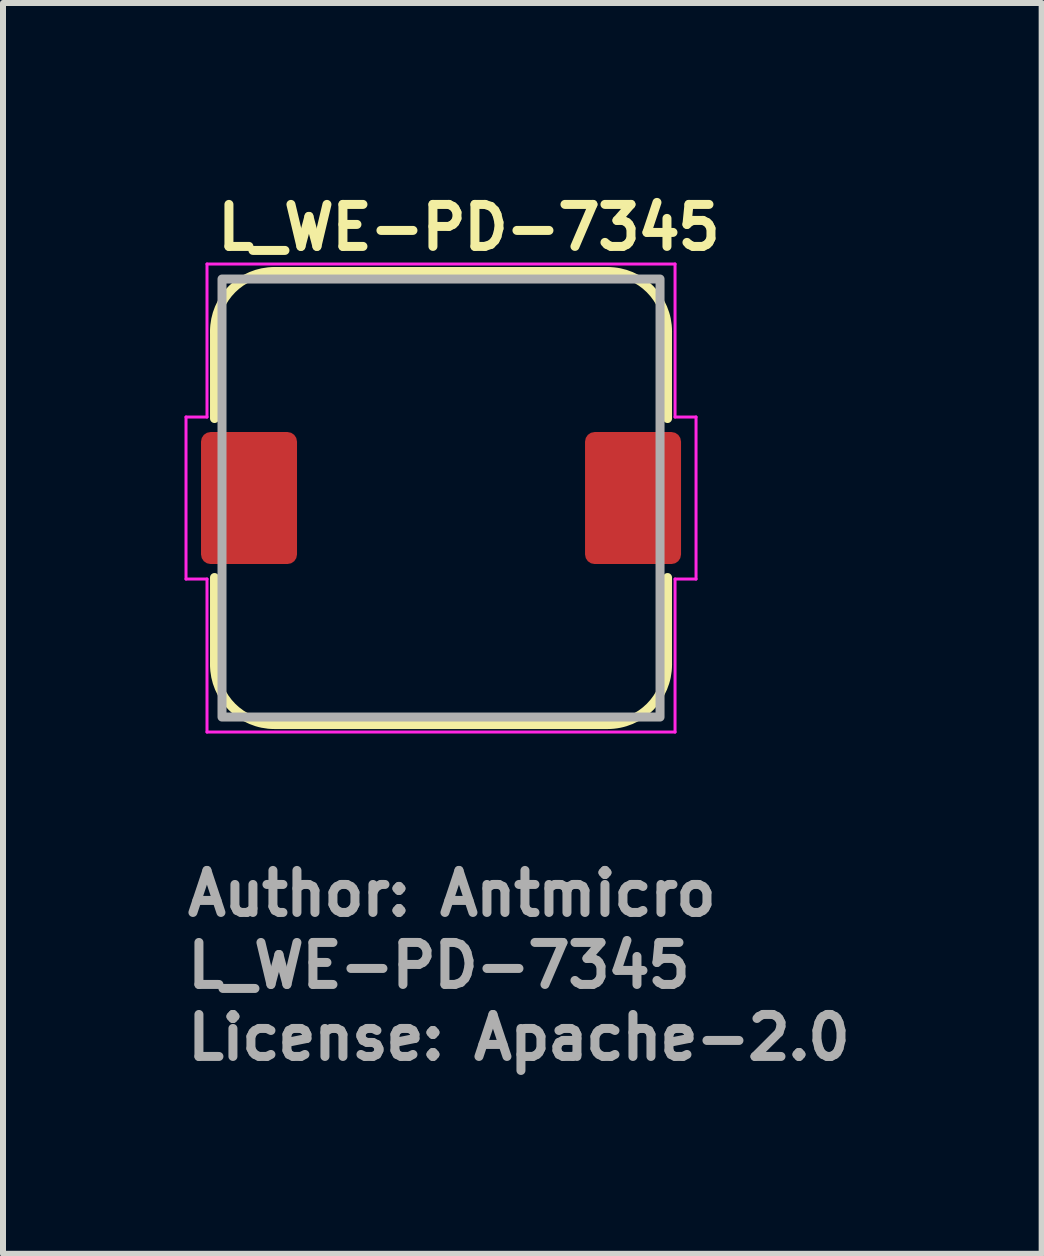
<source format=kicad_pcb>
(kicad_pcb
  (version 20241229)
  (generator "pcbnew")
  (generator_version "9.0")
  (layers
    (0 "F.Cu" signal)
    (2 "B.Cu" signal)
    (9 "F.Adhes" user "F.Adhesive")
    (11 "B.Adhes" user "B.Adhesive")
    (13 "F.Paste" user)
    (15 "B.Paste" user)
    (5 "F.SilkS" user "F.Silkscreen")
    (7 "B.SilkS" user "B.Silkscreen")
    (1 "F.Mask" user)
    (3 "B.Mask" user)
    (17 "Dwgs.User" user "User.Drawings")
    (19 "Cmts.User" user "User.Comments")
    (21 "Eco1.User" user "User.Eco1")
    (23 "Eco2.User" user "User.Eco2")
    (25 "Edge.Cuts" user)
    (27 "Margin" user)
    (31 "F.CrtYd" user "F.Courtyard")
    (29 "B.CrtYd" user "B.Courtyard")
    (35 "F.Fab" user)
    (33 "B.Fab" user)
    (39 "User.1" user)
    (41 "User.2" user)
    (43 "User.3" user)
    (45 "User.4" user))
  (footprint "L_WE-PD-7345"
    (layer "F.Cu")
    (at 4.3 5.25)
    (property "Reference" "L_WE-PD-7345" (at -3.8 -4.1 0) (layer "F.SilkS") (effects (font (size 0.7 0.7) (thickness 0.15)) (justify left bottom)))
    (attr smd)
    (fp_line (start -3.775 -2.775) (end -3.775 -1.325) (stroke (width 0.15) (type solid)) (layer "F.SilkS"))
    (fp_line (start -3.775 1.325) (end -3.775 2.775) (stroke (width 0.15) (type solid)) (layer "F.SilkS"))
    (fp_line (start -2.775 3.775) (end 2.775 3.775) (stroke (width 0.15) (type solid)) (layer "F.SilkS"))
    (fp_line (start 2.775 -3.775) (end -2.775 -3.775) (stroke (width 0.15) (type solid)) (layer "F.SilkS"))
    (fp_line (start 3.775 -1.325) (end 3.775 -2.775) (stroke (width 0.15) (type solid)) (layer "F.SilkS"))
    (fp_line (start 3.775 2.775) (end 3.775 1.325) (stroke (width 0.15) (type solid)) (layer "F.SilkS"))
    (fp_arc (start -3.775 -2.775) (mid -3.482107 -3.482107) (end -2.775 -3.775) (stroke (width 0.15) (type solid)) (layer "F.SilkS"))
    (fp_arc (start -2.775 3.775) (mid -3.482107 3.482107) (end -3.775 2.775) (stroke (width 0.15) (type solid)) (layer "F.SilkS"))
    (fp_arc (start 2.775 -3.775) (mid 3.482107 -3.482107) (end 3.775 -2.775) (stroke (width 0.15) (type solid)) (layer "F.SilkS"))
    (fp_arc (start 3.775 2.775) (mid 3.482107 3.482107) (end 2.775 3.775) (stroke (width 0.15) (type solid)) (layer "F.SilkS"))
    (fp_line (start -4.25 -1.35) (end -4.25 1.35) (stroke (width 0.05) (type solid)) (layer "F.CrtYd"))
    (fp_line (start -3.9 -3.9) (end -3.9 -1.35) (stroke (width 0.05) (type solid)) (layer "F.CrtYd"))
    (fp_line (start -3.9 -1.35) (end -4.25 -1.35) (stroke (width 0.05) (type solid)) (layer "F.CrtYd"))
    (fp_line (start -3.9 1.35) (end -4.25 1.35) (stroke (width 0.05) (type solid)) (layer "F.CrtYd"))
    (fp_line (start -3.9 3.9) (end -3.9 1.35) (stroke (width 0.05) (type solid)) (layer "F.CrtYd"))
    (fp_line (start -3.9 3.9) (end 3.9 3.9) (stroke (width 0.05) (type solid)) (layer "F.CrtYd"))
    (fp_line (start 3.9 -3.9) (end -3.9 -3.9) (stroke (width 0.05) (type solid)) (layer "F.CrtYd"))
    (fp_line (start 3.9 -3.9) (end 3.9 -1.35) (stroke (width 0.05) (type solid)) (layer "F.CrtYd"))
    (fp_line (start 3.9 -1.35) (end 4.25 -1.35) (stroke (width 0.05) (type solid)) (layer "F.CrtYd"))
    (fp_line (start 3.9 1.35) (end 4.25 1.35) (stroke (width 0.05) (type solid)) (layer "F.CrtYd"))
    (fp_line (start 3.9 3.9) (end 3.9 1.35) (stroke (width 0.05) (type solid)) (layer "F.CrtYd"))
    (fp_line (start 4.25 1.35) (end 4.25 -1.35) (stroke (width 0.05) (type solid)) (layer "F.CrtYd"))
    (fp_rect (start -3.65 -3.65) (end 3.65 3.65) (stroke (width 0.15) (type solid)) (fill no) (layer "F.Fab"))
    (fp_rect (start -3.65 -3.65) (end 3.65 3.65) (stroke (width 0.1) (type solid)) (fill no) (layer "User.5"))
    (fp_line (start -3.65 -2.79) (end -3.65 2.79) (stroke (width 0.02) (type solid)) (layer "User.9"))
    (fp_line (start -3.65 2.79) (end -3.649 2.833) (stroke (width 0.02) (type solid)) (layer "User.9"))
    (fp_line (start -3.649 -2.833) (end -3.65 -2.79) (stroke (width 0.02) (type solid)) (layer "User.9"))
    (fp_line (start -3.649 2.833) (end -3.646 2.875) (stroke (width 0.02) (type solid)) (layer "User.9"))
    (fp_line (start -3.646 -2.875) (end -3.649 -2.833) (stroke (width 0.02) (type solid)) (layer "User.9"))
    (fp_line (start -3.646 2.875) (end -3.641 2.917) (stroke (width 0.02) (type solid)) (layer "User.9"))
    (fp_line (start -3.641 -2.917) (end -3.646 -2.875) (stroke (width 0.02) (type solid)) (layer "User.9"))
    (fp_line (start -3.641 2.917) (end -3.633 2.959) (stroke (width 0.02) (type solid)) (layer "User.9"))
    (fp_line (start -3.633 -2.959) (end -3.641 -2.917) (stroke (width 0.02) (type solid)) (layer "User.9"))
    (fp_line (start -3.633 2.959) (end -3.624 3) (stroke (width 0.02) (type solid)) (layer "User.9"))
    (fp_line (start -3.624 -3) (end -3.633 -2.959) (stroke (width 0.02) (type solid)) (layer "User.9"))
    (fp_line (start -3.624 3) (end -3.613 3.04) (stroke (width 0.02) (type solid)) (layer "User.9"))
    (fp_line (start -3.613 -3.04) (end -3.624 -3) (stroke (width 0.02) (type solid)) (layer "User.9"))
    (fp_line (start -3.613 3.04) (end -3.6 3.08) (stroke (width 0.02) (type solid)) (layer "User.9"))
    (fp_line (start -3.6 -3.08) (end -3.613 -3.04) (stroke (width 0.02) (type solid)) (layer "User.9"))
    (fp_line (start -3.6 3.08) (end -3.585 3.119) (stroke (width 0.02) (type solid)) (layer "User.9"))
    (fp_line (start -3.585 -3.119) (end -3.6 -3.08) (stroke (width 0.02) (type solid)) (layer "User.9"))
    (fp_line (start -3.585 3.119) (end -3.568 3.157) (stroke (width 0.02) (type solid)) (layer "User.9"))
    (fp_line (start -3.568 -3.157) (end -3.585 -3.119) (stroke (width 0.02) (type solid)) (layer "User.9"))
    (fp_line (start -3.568 3.157) (end -3.549 3.195) (stroke (width 0.02) (type solid)) (layer "User.9"))
    (fp_line (start -3.549 -3.195) (end -3.568 -3.157) (stroke (width 0.02) (type solid)) (layer "User.9"))
    (fp_line (start -3.549 3.195) (end -3.528 3.232) (stroke (width 0.02) (type solid)) (layer "User.9"))
    (fp_line (start -3.528 -3.232) (end -3.549 -3.195) (stroke (width 0.02) (type solid)) (layer "User.9"))
    (fp_line (start -3.528 3.232) (end -3.506 3.267) (stroke (width 0.02) (type solid)) (layer "User.9"))
    (fp_line (start -3.506 -3.267) (end -3.528 -3.232) (stroke (width 0.02) (type solid)) (layer "User.9"))
    (fp_line (start -3.506 3.267) (end -3.481 3.302) (stroke (width 0.02) (type solid)) (layer "User.9"))
    (fp_line (start -3.481 -3.302) (end -3.506 -3.267) (stroke (width 0.02) (type solid)) (layer "User.9"))
    (fp_line (start -3.481 3.302) (end -3.455 3.335) (stroke (width 0.02) (type solid)) (layer "User.9"))
    (fp_line (start -3.455 -3.335) (end -3.481 -3.302) (stroke (width 0.02) (type solid)) (layer "User.9"))
    (fp_line (start -3.455 3.335) (end -3.428 3.367) (stroke (width 0.02) (type solid)) (layer "User.9"))
    (fp_line (start -3.428 -3.367) (end -3.455 -3.335) (stroke (width 0.02) (type solid)) (layer "User.9"))
    (fp_line (start -3.428 3.367) (end -3.398 3.398) (stroke (width 0.02) (type solid)) (layer "User.9"))
    (fp_line (start -3.398 -3.398) (end -3.428 -3.367) (stroke (width 0.02) (type solid)) (layer "User.9"))
    (fp_line (start -3.398 3.398) (end -3.367 3.428) (stroke (width 0.02) (type solid)) (layer "User.9"))
    (fp_line (start -3.367 -3.428) (end -3.398 -3.398) (stroke (width 0.02) (type solid)) (layer "User.9"))
    (fp_line (start -3.367 3.428) (end -3.335 3.455) (stroke (width 0.02) (type solid)) (layer "User.9"))
    (fp_line (start -3.335 -3.455) (end -3.367 -3.428) (stroke (width 0.02) (type solid)) (layer "User.9"))
    (fp_line (start -3.335 3.455) (end -3.302 3.481) (stroke (width 0.02) (type solid)) (layer "User.9"))
    (fp_line (start -3.302 -3.481) (end -3.335 -3.455) (stroke (width 0.02) (type solid)) (layer "User.9"))
    (fp_line (start -3.302 3.481) (end -3.267 3.506) (stroke (width 0.02) (type solid)) (layer "User.9"))
    (fp_line (start -3.267 -3.506) (end -3.302 -3.481) (stroke (width 0.02) (type solid)) (layer "User.9"))
    (fp_line (start -3.267 3.506) (end -3.232 3.528) (stroke (width 0.02) (type solid)) (layer "User.9"))
    (fp_line (start -3.232 -3.528) (end -3.267 -3.506) (stroke (width 0.02) (type solid)) (layer "User.9"))
    (fp_line (start -3.232 3.528) (end -3.195 3.549) (stroke (width 0.02) (type solid)) (layer "User.9"))
    (fp_line (start -3.195 -3.549) (end -3.232 -3.528) (stroke (width 0.02) (type solid)) (layer "User.9"))
    (fp_line (start -3.195 3.549) (end -3.157 3.568) (stroke (width 0.02) (type solid)) (layer "User.9"))
    (fp_line (start -3.157 -3.568) (end -3.195 -3.549) (stroke (width 0.02) (type solid)) (layer "User.9"))
    (fp_line (start -3.157 3.568) (end -3.119 3.585) (stroke (width 0.02) (type solid)) (layer "User.9"))
    (fp_line (start -3.119 -3.585) (end -3.157 -3.568) (stroke (width 0.02) (type solid)) (layer "User.9"))
    (fp_line (start -3.119 3.585) (end -3.08 3.6) (stroke (width 0.02) (type solid)) (layer "User.9"))
    (fp_line (start -3.08 -3.6) (end -3.119 -3.585) (stroke (width 0.02) (type solid)) (layer "User.9"))
    (fp_line (start -3.08 3.6) (end -3.04 3.613) (stroke (width 0.02) (type solid)) (layer "User.9"))
    (fp_line (start -3.04 -3.613) (end -3.08 -3.6) (stroke (width 0.02) (type solid)) (layer "User.9"))
    (fp_line (start -3.04 3.613) (end -3 3.624) (stroke (width 0.02) (type solid)) (layer "User.9"))
    (fp_line (start -3 -3.624) (end -3.04 -3.613) (stroke (width 0.02) (type solid)) (layer "User.9"))
    (fp_line (start -3 3.624) (end -2.959 3.633) (stroke (width 0.02) (type solid)) (layer "User.9"))
    (fp_line (start -2.975 -2.108) (end -2.973 -2.055) (stroke (width 0.02) (type solid)) (layer "User.9"))
    (fp_line (start -2.975 2.108) (end -2.973 2.16) (stroke (width 0.02) (type solid)) (layer "User.9"))
    (fp_line (start -2.973 -2.055) (end -2.968 -2.002) (stroke (width 0.02) (type solid)) (layer "User.9"))
    (fp_line (start -2.973 2.055) (end -2.975 2.108) (stroke (width 0.02) (type solid)) (layer "User.9"))
    (fp_line (start -2.973 -2.16) (end -2.975 -2.108) (stroke (width 0.02) (type solid)) (layer "User.9"))
    (fp_line (start -2.973 2.16) (end -2.967 2.213) (stroke (width 0.02) (type solid)) (layer "User.9"))
    (fp_line (start -2.968 -2.002) (end -2.959 -1.949) (stroke (width 0.02) (type solid)) (layer "User.9"))
    (fp_line (start -2.968 2.002) (end -2.973 2.055) (stroke (width 0.02) (type solid)) (layer "User.9"))
    (fp_line (start -2.967 -2.213) (end -2.973 -2.16) (stroke (width 0.02) (type solid)) (layer "User.9"))
    (fp_line (start -2.967 2.213) (end -2.957 2.264) (stroke (width 0.02) (type solid)) (layer "User.9"))
    (fp_line (start -2.959 -1.949) (end -2.946 -1.897) (stroke (width 0.02) (type solid)) (layer "User.9"))
    (fp_line (start -2.959 1.949) (end -2.968 2.002) (stroke (width 0.02) (type solid)) (layer "User.9"))
    (fp_line (start -2.959 -3.633) (end -3 -3.624) (stroke (width 0.02) (type solid)) (layer "User.9"))
    (fp_line (start -2.959 3.633) (end -2.917 3.641) (stroke (width 0.02) (type solid)) (layer "User.9"))
    (fp_line (start -2.957 -2.264) (end -2.967 -2.213) (stroke (width 0.02) (type solid)) (layer "User.9"))
    (fp_line (start -2.957 2.264) (end -2.944 2.315) (stroke (width 0.02) (type solid)) (layer "User.9"))
    (fp_line (start -2.946 -1.897) (end -2.929 -1.845) (stroke (width 0.02) (type solid)) (layer "User.9"))
    (fp_line (start -2.946 1.897) (end -2.959 1.949) (stroke (width 0.02) (type solid)) (layer "User.9"))
    (fp_line (start -2.944 -2.315) (end -2.957 -2.264) (stroke (width 0.02) (type solid)) (layer "User.9"))
    (fp_line (start -2.944 2.315) (end -2.927 2.365) (stroke (width 0.02) (type solid)) (layer "User.9"))
    (fp_line (start -2.929 1.845) (end -2.946 1.897) (stroke (width 0.02) (type solid)) (layer "User.9"))
    (fp_line (start -2.929 1.845) (end -2.707 1.236) (stroke (width 0.02) (type solid)) (layer "User.9"))
    (fp_line (start -2.927 -2.365) (end -2.944 -2.315) (stroke (width 0.02) (type solid)) (layer "User.9"))
    (fp_line (start -2.927 2.365) (end -2.907 2.414) (stroke (width 0.02) (type solid)) (layer "User.9"))
    (fp_line (start -2.917 -3.641) (end -2.959 -3.633) (stroke (width 0.02) (type solid)) (layer "User.9"))
    (fp_line (start -2.917 3.641) (end -2.875 3.646) (stroke (width 0.02) (type solid)) (layer "User.9"))
    (fp_line (start -2.907 -2.414) (end -2.927 -2.365) (stroke (width 0.02) (type solid)) (layer "User.9"))
    (fp_line (start -2.907 2.414) (end -2.884 2.461) (stroke (width 0.02) (type solid)) (layer "User.9"))
    (fp_line (start -2.884 -2.461) (end -2.907 -2.414) (stroke (width 0.02) (type solid)) (layer "User.9"))
    (fp_line (start -2.884 2.461) (end -2.857 2.507) (stroke (width 0.02) (type solid)) (layer "User.9"))
    (fp_line (start -2.875 -3.646) (end -2.917 -3.641) (stroke (width 0.02) (type solid)) (layer "User.9"))
    (fp_line (start -2.875 3.646) (end -2.833 3.649) (stroke (width 0.02) (type solid)) (layer "User.9"))
    (fp_line (start -2.857 -2.507) (end -2.884 -2.461) (stroke (width 0.02) (type solid)) (layer "User.9"))
    (fp_line (start -2.857 2.507) (end -2.826 2.551) (stroke (width 0.02) (type solid)) (layer "User.9"))
    (fp_line (start -2.85 0) (end -2.848 0.115) (stroke (width 0.02) (type solid)) (layer "User.9"))
    (fp_line (start -2.848 -0.115) (end -2.85 0) (stroke (width 0.02) (type solid)) (layer "User.9"))
    (fp_line (start -2.848 0.115) (end -2.841 0.229) (stroke (width 0.02) (type solid)) (layer "User.9"))
    (fp_line (start -2.841 -0.229) (end -2.848 -0.115) (stroke (width 0.02) (type solid)) (layer "User.9"))
    (fp_line (start -2.841 0.229) (end -2.829 0.343) (stroke (width 0.02) (type solid)) (layer "User.9"))
    (fp_line (start -2.833 -3.649) (end -2.875 -3.646) (stroke (width 0.02) (type solid)) (layer "User.9"))
    (fp_line (start -2.833 3.649) (end -2.79 3.65) (stroke (width 0.02) (type solid)) (layer "User.9"))
    (fp_line (start -2.829 -0.343) (end -2.841 -0.229) (stroke (width 0.02) (type solid)) (layer "User.9"))
    (fp_line (start -2.829 0.343) (end -2.813 0.457) (stroke (width 0.02) (type solid)) (layer "User.9"))
    (fp_line (start -2.826 -2.551) (end -2.857 -2.507) (stroke (width 0.02) (type solid)) (layer "User.9"))
    (fp_line (start -2.826 2.551) (end -2.792 2.593) (stroke (width 0.02) (type solid)) (layer "User.9"))
    (fp_line (start -2.813 -0.457) (end -2.829 -0.343) (stroke (width 0.02) (type solid)) (layer "User.9"))
    (fp_line (start -2.813 0.457) (end -2.792 0.57) (stroke (width 0.02) (type solid)) (layer "User.9"))
    (fp_line (start -2.792 -2.593) (end -2.826 -2.551) (stroke (width 0.02) (type solid)) (layer "User.9"))
    (fp_line (start -2.792 2.593) (end -2.755 2.633) (stroke (width 0.02) (type solid)) (layer "User.9"))
    (fp_line (start -2.792 -0.57) (end -2.813 -0.457) (stroke (width 0.02) (type solid)) (layer "User.9"))
    (fp_line (start -2.792 0.57) (end -2.767 0.683) (stroke (width 0.02) (type solid)) (layer "User.9"))
    (fp_line (start -2.79 -3.65) (end -2.833 -3.649) (stroke (width 0.02) (type solid)) (layer "User.9"))
    (fp_line (start -2.79 3.65) (end 2.79 3.65) (stroke (width 0.02) (type solid)) (layer "User.9"))
    (fp_line (start -2.767 -0.683) (end -2.792 -0.57) (stroke (width 0.02) (type solid)) (layer "User.9"))
    (fp_line (start -2.767 0.683) (end -2.737 0.795) (stroke (width 0.02) (type solid)) (layer "User.9"))
    (fp_line (start -2.755 -2.633) (end -2.792 -2.593) (stroke (width 0.02) (type solid)) (layer "User.9"))
    (fp_line (start -2.755 -2.633) (end -2.633 -2.755) (stroke (width 0.02) (type solid)) (layer "User.9"))
    (fp_line (start -2.737 -0.795) (end -2.767 -0.683) (stroke (width 0.02) (type solid)) (layer "User.9"))
    (fp_line (start -2.737 0.795) (end -2.702 0.905) (stroke (width 0.02) (type solid)) (layer "User.9"))
    (fp_line (start -2.707 -1.236) (end -2.929 -1.845) (stroke (width 0.02) (type solid)) (layer "User.9"))
    (fp_line (start -2.707 1.236) (end -2.7 1.216) (stroke (width 0.02) (type solid)) (layer "User.9"))
    (fp_line (start -2.702 -0.905) (end -2.737 -0.795) (stroke (width 0.02) (type solid)) (layer "User.9"))
    (fp_line (start -2.702 -0.905) (end -2.696 -0.926) (stroke (width 0.02) (type solid)) (layer "User.9"))
    (fp_line (start -2.7 -1.216) (end -2.707 -1.236) (stroke (width 0.02) (type solid)) (layer "User.9"))
    (fp_line (start -2.7 1.216) (end -2.694 1.195) (stroke (width 0.02) (type solid)) (layer "User.9"))
    (fp_line (start -2.696 -0.926) (end -2.691 -0.946) (stroke (width 0.02) (type solid)) (layer "User.9"))
    (fp_line (start -2.696 0.926) (end -2.702 0.905) (stroke (width 0.02) (type solid)) (layer "User.9"))
    (fp_line (start -2.694 -1.195) (end -2.7 -1.216) (stroke (width 0.02) (type solid)) (layer "User.9"))
    (fp_line (start -2.694 1.195) (end -2.689 1.175) (stroke (width 0.02) (type solid)) (layer "User.9"))
    (fp_line (start -2.691 -0.946) (end -2.686 -0.967) (stroke (width 0.02) (type solid)) (layer "User.9"))
    (fp_line (start -2.691 0.946) (end -2.696 0.926) (stroke (width 0.02) (type solid)) (layer "User.9"))
    (fp_line (start -2.689 -1.175) (end -2.694 -1.195) (stroke (width 0.02) (type solid)) (layer "User.9"))
    (fp_line (start -2.689 1.175) (end -2.685 1.154) (stroke (width 0.02) (type solid)) (layer "User.9"))
    (fp_line (start -2.686 -0.967) (end -2.682 -0.987) (stroke (width 0.02) (type solid)) (layer "User.9"))
    (fp_line (start -2.686 0.967) (end -2.691 0.946) (stroke (width 0.02) (type solid)) (layer "User.9"))
    (fp_line (start -2.685 -1.154) (end -2.689 -1.175) (stroke (width 0.02) (type solid)) (layer "User.9"))
    (fp_line (start -2.685 1.154) (end -2.681 1.134) (stroke (width 0.02) (type solid)) (layer "User.9"))
    (fp_line (start -2.682 -0.987) (end -2.68 -1.008) (stroke (width 0.02) (type solid)) (layer "User.9"))
    (fp_line (start -2.682 0.987) (end -2.686 0.967) (stroke (width 0.02) (type solid)) (layer "User.9"))
    (fp_line (start -2.681 -1.134) (end -2.685 -1.154) (stroke (width 0.02) (type solid)) (layer "User.9"))
    (fp_line (start -2.681 1.134) (end -2.679 1.113) (stroke (width 0.02) (type solid)) (layer "User.9"))
    (fp_line (start -2.68 -1.008) (end -2.678 -1.029) (stroke (width 0.02) (type solid)) (layer "User.9"))
    (fp_line (start -2.68 1.008) (end -2.682 0.987) (stroke (width 0.02) (type solid)) (layer "User.9"))
    (fp_line (start -2.679 -1.113) (end -2.681 -1.134) (stroke (width 0.02) (type solid)) (layer "User.9"))
    (fp_line (start -2.679 1.113) (end -2.677 1.092) (stroke (width 0.02) (type solid)) (layer "User.9"))
    (fp_line (start -2.678 -1.029) (end -2.677 -1.05) (stroke (width 0.02) (type solid)) (layer "User.9"))
    (fp_line (start -2.678 1.029) (end -2.68 1.008) (stroke (width 0.02) (type solid)) (layer "User.9"))
    (fp_line (start -2.677 -1.092) (end -2.679 -1.113) (stroke (width 0.02) (type solid)) (layer "User.9"))
    (fp_line (start -2.677 1.092) (end -2.677 1.071) (stroke (width 0.02) (type solid)) (layer "User.9"))
    (fp_line (start -2.677 -1.05) (end -2.677 -1.071) (stroke (width 0.02) (type solid)) (layer "User.9"))
    (fp_line (start -2.677 1.05) (end -2.678 1.029) (stroke (width 0.02) (type solid)) (layer "User.9"))
    (fp_line (start -2.677 -1.071) (end -2.677 -1.092) (stroke (width 0.02) (type solid)) (layer "User.9"))
    (fp_line (start -2.677 1.071) (end -2.677 1.05) (stroke (width 0.02) (type solid)) (layer "User.9"))
    (fp_line (start -2.633 2.755) (end -2.755 2.633) (stroke (width 0.02) (type solid)) (layer "User.9"))
    (fp_line (start -2.633 2.755) (end -2.593 2.792) (stroke (width 0.02) (type solid)) (layer "User.9"))
    (fp_line (start -2.593 -2.792) (end -2.633 -2.755) (stroke (width 0.02) (type solid)) (layer "User.9"))
    (fp_line (start -2.593 2.792) (end -2.551 2.826) (stroke (width 0.02) (type solid)) (layer "User.9"))
    (fp_line (start -2.551 -2.826) (end -2.593 -2.792) (stroke (width 0.02) (type solid)) (layer "User.9"))
    (fp_line (start -2.551 2.826) (end -2.507 2.857) (stroke (width 0.02) (type solid)) (layer "User.9"))
    (fp_line (start -2.507 -2.857) (end -2.551 -2.826) (stroke (width 0.02) (type solid)) (layer "User.9"))
    (fp_line (start -2.507 2.857) (end -2.461 2.884) (stroke (width 0.02) (type solid)) (layer "User.9"))
    (fp_line (start -2.5 0) (end -2.497 0.129) (stroke (width 0.02) (type solid)) (layer "User.9"))
    (fp_line (start -2.497 -0.129) (end -2.5 0) (stroke (width 0.02) (type solid)) (layer "User.9"))
    (fp_line (start -2.497 0.129) (end -2.487 0.256) (stroke (width 0.02) (type solid)) (layer "User.9"))
    (fp_line (start -2.487 -0.256) (end -2.497 -0.129) (stroke (width 0.02) (type solid)) (layer "User.9"))
    (fp_line (start -2.487 0.256) (end -2.471 0.381) (stroke (width 0.02) (type solid)) (layer "User.9"))
    (fp_line (start -2.471 -0.381) (end -2.487 -0.256) (stroke (width 0.02) (type solid)) (layer "User.9"))
    (fp_line (start -2.471 0.381) (end -2.449 0.504) (stroke (width 0.02) (type solid)) (layer "User.9"))
    (fp_line (start -2.461 -2.884) (end -2.507 -2.857) (stroke (width 0.02) (type solid)) (layer "User.9"))
    (fp_line (start -2.461 2.884) (end -2.414 2.907) (stroke (width 0.02) (type solid)) (layer "User.9"))
    (fp_line (start -2.449 -0.504) (end -2.471 -0.381) (stroke (width 0.02) (type solid)) (layer "User.9"))
    (fp_line (start -2.449 0.504) (end -2.421 0.625) (stroke (width 0.02) (type solid)) (layer "User.9"))
    (fp_line (start -2.421 -0.625) (end -2.449 -0.504) (stroke (width 0.02) (type solid)) (layer "User.9"))
    (fp_line (start -2.421 0.625) (end -2.388 0.743) (stroke (width 0.02) (type solid)) (layer "User.9"))
    (fp_line (start -2.414 -2.907) (end -2.461 -2.884) (stroke (width 0.02) (type solid)) (layer "User.9"))
    (fp_line (start -2.414 2.907) (end -2.365 2.927) (stroke (width 0.02) (type solid)) (layer "User.9"))
    (fp_line (start -2.388 -0.743) (end -2.421 -0.625) (stroke (width 0.02) (type solid)) (layer "User.9"))
    (fp_line (start -2.388 0.743) (end -2.348 0.86) (stroke (width 0.02) (type solid)) (layer "User.9"))
    (fp_line (start -2.365 -2.927) (end -2.414 -2.907) (stroke (width 0.02) (type solid)) (layer "User.9"))
    (fp_line (start -2.365 2.927) (end -2.315 2.944) (stroke (width 0.02) (type solid)) (layer "User.9"))
    (fp_line (start -2.348 -0.86) (end -2.388 -0.743) (stroke (width 0.02) (type solid)) (layer "User.9"))
    (fp_line (start -2.348 0.86) (end -2.304 0.973) (stroke (width 0.02) (type solid)) (layer "User.9"))
    (fp_line (start -2.315 -2.944) (end -2.365 -2.927) (stroke (width 0.02) (type solid)) (layer "User.9"))
    (fp_line (start -2.315 2.944) (end -2.264 2.957) (stroke (width 0.02) (type solid)) (layer "User.9"))
    (fp_line (start -2.304 -0.973) (end -2.348 -0.86) (stroke (width 0.02) (type solid)) (layer "User.9"))
    (fp_line (start -2.304 0.973) (end -2.253 1.084) (stroke (width 0.02) (type solid)) (layer "User.9"))
    (fp_line (start -2.264 -2.957) (end -2.315 -2.944) (stroke (width 0.02) (type solid)) (layer "User.9"))
    (fp_line (start -2.264 2.957) (end -2.213 2.967) (stroke (width 0.02) (type solid)) (layer "User.9"))
    (fp_line (start -2.253 -1.084) (end -2.304 -0.973) (stroke (width 0.02) (type solid)) (layer "User.9"))
    (fp_line (start -2.253 1.084) (end -2.198 1.192) (stroke (width 0.02) (type solid)) (layer "User.9"))
    (fp_line (start -2.213 -2.967) (end -2.264 -2.957) (stroke (width 0.02) (type solid)) (layer "User.9"))
    (fp_line (start -2.213 2.967) (end -2.16 2.973) (stroke (width 0.02) (type solid)) (layer "User.9"))
    (fp_line (start -2.198 -1.192) (end -2.253 -1.084) (stroke (width 0.02) (type solid)) (layer "User.9"))
    (fp_line (start -2.198 1.192) (end -2.138 1.296) (stroke (width 0.02) (type solid)) (layer "User.9"))
    (fp_line (start -2.16 -2.973) (end -2.213 -2.967) (stroke (width 0.02) (type solid)) (layer "User.9"))
    (fp_line (start -2.16 2.973) (end -2.108 2.975) (stroke (width 0.02) (type solid)) (layer "User.9"))
    (fp_line (start -2.138 -1.296) (end -2.198 -1.192) (stroke (width 0.02) (type solid)) (layer "User.9"))
    (fp_line (start -2.138 1.296) (end -2.073 1.398) (stroke (width 0.02) (type solid)) (layer "User.9"))
    (fp_line (start -2.108 -2.975) (end -2.16 -2.973) (stroke (width 0.02) (type solid)) (layer "User.9"))
    (fp_line (start -2.108 2.975) (end -2.055 2.973) (stroke (width 0.02) (type solid)) (layer "User.9"))
    (fp_line (start -2.073 -1.398) (end -2.138 -1.296) (stroke (width 0.02) (type solid)) (layer "User.9"))
    (fp_line (start -2.073 1.398) (end -2.003 1.496) (stroke (width 0.02) (type solid)) (layer "User.9"))
    (fp_line (start -2.055 -2.973) (end -2.108 -2.975) (stroke (width 0.02) (type solid)) (layer "User.9"))
    (fp_line (start -2.055 2.973) (end -2.002 2.968) (stroke (width 0.02) (type solid)) (layer "User.9"))
    (fp_line (start -2.003 -1.496) (end -2.073 -1.398) (stroke (width 0.02) (type solid)) (layer "User.9"))
    (fp_line (start -2.003 1.496) (end -1.929 1.59) (stroke (width 0.02) (type solid)) (layer "User.9"))
    (fp_line (start -2.002 -2.968) (end -2.055 -2.973) (stroke (width 0.02) (type solid)) (layer "User.9"))
    (fp_line (start -2.002 2.968) (end -1.949 2.959) (stroke (width 0.02) (type solid)) (layer "User.9"))
    (fp_line (start -1.949 -2.959) (end -2.002 -2.968) (stroke (width 0.02) (type solid)) (layer "User.9"))
    (fp_line (start -1.949 2.959) (end -1.897 2.946) (stroke (width 0.02) (type solid)) (layer "User.9"))
    (fp_line (start -1.929 -1.59) (end -2.003 -1.496) (stroke (width 0.02) (type solid)) (layer "User.9"))
    (fp_line (start -1.929 1.59) (end -1.851 1.681) (stroke (width 0.02) (type solid)) (layer "User.9"))
    (fp_line (start -1.897 -2.946) (end -1.949 -2.959) (stroke (width 0.02) (type solid)) (layer "User.9"))
    (fp_line (start -1.897 2.946) (end -1.845 2.929) (stroke (width 0.02) (type solid)) (layer "User.9"))
    (fp_line (start -1.851 -1.681) (end -1.929 -1.59) (stroke (width 0.02) (type solid)) (layer "User.9"))
    (fp_line (start -1.851 1.681) (end -1.768 1.768) (stroke (width 0.02) (type solid)) (layer "User.9"))
    (fp_line (start -1.845 -2.929) (end -1.897 -2.946) (stroke (width 0.02) (type solid)) (layer "User.9"))
    (fp_line (start -1.845 -2.929) (end -1.236 -2.707) (stroke (width 0.02) (type solid)) (layer "User.9"))
    (fp_line (start -1.768 -1.768) (end -1.851 -1.681) (stroke (width 0.02) (type solid)) (layer "User.9"))
    (fp_line (start -1.768 1.768) (end -1.681 1.851) (stroke (width 0.02) (type solid)) (layer "User.9"))
    (fp_line (start -1.75 -1.4) (end -1.75 -1.387) (stroke (width 0.02) (type solid)) (layer "User.9"))
    (fp_line (start -1.75 -1.413) (end -1.75 -1.4) (stroke (width 0.02) (type solid)) (layer "User.9"))
    (fp_line (start -1.75 -1.387) (end -1.749 -1.374) (stroke (width 0.02) (type solid)) (layer "User.9"))
    (fp_line (start -1.749 -1.426) (end -1.75 -1.413) (stroke (width 0.02) (type solid)) (layer "User.9"))
    (fp_line (start -1.749 -1.374) (end -1.747 -1.362) (stroke (width 0.02) (type solid)) (layer "User.9"))
    (fp_line (start -1.747 -1.438) (end -1.749 -1.426) (stroke (width 0.02) (type solid)) (layer "User.9"))
    (fp_line (start -1.747 -1.362) (end -1.745 -1.35) (stroke (width 0.02) (type solid)) (layer "User.9"))
    (fp_line (start -1.745 -1.45) (end -1.747 -1.438) (stroke (width 0.02) (type solid)) (layer "User.9"))
    (fp_line (start -1.745 -1.35) (end -1.742 -1.338) (stroke (width 0.02) (type solid)) (layer "User.9"))
    (fp_line (start -1.742 -1.462) (end -1.745 -1.45) (stroke (width 0.02) (type solid)) (layer "User.9"))
    (fp_line (start -1.742 -1.338) (end -1.739 -1.326) (stroke (width 0.02) (type solid)) (layer "User.9"))
    (fp_line (start -1.739 -1.474) (end -1.742 -1.462) (stroke (width 0.02) (type solid)) (layer "User.9"))
    (fp_line (start -1.739 -1.326) (end -1.735 -1.314) (stroke (width 0.02) (type solid)) (layer "User.9"))
    (fp_line (start -1.735 -1.486) (end -1.739 -1.474) (stroke (width 0.02) (type solid)) (layer "User.9"))
    (fp_line (start -1.735 -1.314) (end -1.73 -1.303) (stroke (width 0.02) (type solid)) (layer "User.9"))
    (fp_line (start -1.73 -1.497) (end -1.735 -1.486) (stroke (width 0.02) (type solid)) (layer "User.9"))
    (fp_line (start -1.73 -1.303) (end -1.725 -1.292) (stroke (width 0.02) (type solid)) (layer "User.9"))
    (fp_line (start -1.725 -1.508) (end -1.73 -1.497) (stroke (width 0.02) (type solid)) (layer "User.9"))
    (fp_line (start -1.725 -1.292) (end -1.72 -1.281) (stroke (width 0.02) (type solid)) (layer "User.9"))
    (fp_line (start -1.72 -1.519) (end -1.725 -1.508) (stroke (width 0.02) (type solid)) (layer "User.9"))
    (fp_line (start -1.72 -1.281) (end -1.714 -1.27) (stroke (width 0.02) (type solid)) (layer "User.9"))
    (fp_line (start -1.714 -1.53) (end -1.72 -1.519) (stroke (width 0.02) (type solid)) (layer "User.9"))
    (fp_line (start -1.714 -1.27) (end -1.707 -1.26) (stroke (width 0.02) (type solid)) (layer "User.9"))
    (fp_line (start -1.707 -1.54) (end -1.714 -1.53) (stroke (width 0.02) (type solid)) (layer "User.9"))
    (fp_line (start -1.707 -1.26) (end -1.7 -1.25) (stroke (width 0.02) (type solid)) (layer "User.9"))
    (fp_line (start -1.7 -1.55) (end -1.707 -1.54) (stroke (width 0.02) (type solid)) (layer "User.9"))
    (fp_line (start -1.7 -1.25) (end -1.693 -1.241) (stroke (width 0.02) (type solid)) (layer "User.9"))
    (fp_line (start -1.693 -1.559) (end -1.7 -1.55) (stroke (width 0.02) (type solid)) (layer "User.9"))
    (fp_line (start -1.693 -1.241) (end -1.685 -1.232) (stroke (width 0.02) (type solid)) (layer "User.9"))
    (fp_line (start -1.685 -1.568) (end -1.693 -1.559) (stroke (width 0.02) (type solid)) (layer "User.9"))
    (fp_line (start -1.685 -1.232) (end -1.677 -1.223) (stroke (width 0.02) (type solid)) (layer "User.9"))
    (fp_line (start -1.681 -1.851) (end -1.768 -1.768) (stroke (width 0.02) (type solid)) (layer "User.9"))
    (fp_line (start -1.681 1.851) (end -1.59 1.929) (stroke (width 0.02) (type solid)) (layer "User.9"))
    (fp_line (start -1.677 -1.577) (end -1.685 -1.568) (stroke (width 0.02) (type solid)) (layer "User.9"))
    (fp_line (start -1.677 -1.223) (end -1.668 -1.215) (stroke (width 0.02) (type solid)) (layer "User.9"))
    (fp_line (start -1.668 -1.585) (end -1.677 -1.577) (stroke (width 0.02) (type solid)) (layer "User.9"))
    (fp_line (start -1.668 -1.215) (end -1.659 -1.207) (stroke (width 0.02) (type solid)) (layer "User.9"))
    (fp_line (start -1.659 -1.593) (end -1.668 -1.585) (stroke (width 0.02) (type solid)) (layer "User.9"))
    (fp_line (start -1.659 -1.207) (end -1.65 -1.2) (stroke (width 0.02) (type solid)) (layer "User.9"))
    (fp_line (start -1.65 -1.6) (end -1.659 -1.593) (stroke (width 0.02) (type solid)) (layer "User.9"))
    (fp_line (start -1.65 -1.2) (end -1.64 -1.193) (stroke (width 0.02) (type solid)) (layer "User.9"))
    (fp_line (start -1.64 -1.607) (end -1.65 -1.6) (stroke (width 0.02) (type solid)) (layer "User.9"))
    (fp_line (start -1.64 -1.193) (end -1.63 -1.186) (stroke (width 0.02) (type solid)) (layer "User.9"))
    (fp_line (start -1.63 -1.614) (end -1.64 -1.607) (stroke (width 0.02) (type solid)) (layer "User.9"))
    (fp_line (start -1.63 -1.186) (end -1.619 -1.18) (stroke (width 0.02) (type solid)) (layer "User.9"))
    (fp_line (start -1.619 -1.62) (end -1.63 -1.614) (stroke (width 0.02) (type solid)) (layer "User.9"))
    (fp_line (start -1.619 -1.18) (end -1.608 -1.175) (stroke (width 0.02) (type solid)) (layer "User.9"))
    (fp_line (start -1.608 -1.625) (end -1.619 -1.62) (stroke (width 0.02) (type solid)) (layer "User.9"))
    (fp_line (start -1.608 -1.175) (end -1.597 -1.17) (stroke (width 0.02) (type solid)) (layer "User.9"))
    (fp_line (start -1.597 -1.63) (end -1.608 -1.625) (stroke (width 0.02) (type solid)) (layer "User.9"))
    (fp_line (start -1.597 -1.17) (end -1.586 -1.165) (stroke (width 0.02) (type solid)) (layer "User.9"))
    (fp_line (start -1.59 -1.929) (end -1.681 -1.851) (stroke (width 0.02) (type solid)) (layer "User.9"))
    (fp_line (start -1.59 1.929) (end -1.496 2.003) (stroke (width 0.02) (type solid)) (layer "User.9"))
    (fp_line (start -1.586 -1.635) (end -1.597 -1.63) (stroke (width 0.02) (type solid)) (layer "User.9"))
    (fp_line (start -1.586 -1.165) (end -1.574 -1.161) (stroke (width 0.02) (type solid)) (layer "User.9"))
    (fp_line (start -1.574 -1.639) (end -1.586 -1.635) (stroke (width 0.02) (type solid)) (layer "User.9"))
    (fp_line (start -1.574 -1.161) (end -1.562 -1.158) (stroke (width 0.02) (type solid)) (layer "User.9"))
    (fp_line (start -1.562 -1.642) (end -1.574 -1.639) (stroke (width 0.02) (type solid)) (layer "User.9"))
    (fp_line (start -1.562 -1.158) (end -1.55 -1.155) (stroke (width 0.02) (type solid)) (layer "User.9"))
    (fp_line (start -1.55 -1.645) (end -1.562 -1.642) (stroke (width 0.02) (type solid)) (layer "User.9"))
    (fp_line (start -1.55 -1.155) (end -1.538 -1.153) (stroke (width 0.02) (type solid)) (layer "User.9"))
    (fp_line (start -1.538 -1.647) (end -1.55 -1.645) (stroke (width 0.02) (type solid)) (layer "User.9"))
    (fp_line (start -1.538 -1.153) (end -1.526 -1.151) (stroke (width 0.02) (type solid)) (layer "User.9"))
    (fp_line (start -1.526 -1.649) (end -1.538 -1.647) (stroke (width 0.02) (type solid)) (layer "User.9"))
    (fp_line (start -1.526 -1.151) (end -1.513 -1.15) (stroke (width 0.02) (type solid)) (layer "User.9"))
    (fp_line (start -1.513 -1.65) (end -1.526 -1.649) (stroke (width 0.02) (type solid)) (layer "User.9"))
    (fp_line (start -1.513 -1.15) (end -1.5 -1.15) (stroke (width 0.02) (type solid)) (layer "User.9"))
    (fp_line (start -1.5 -1.65) (end -1.513 -1.65) (stroke (width 0.02) (type solid)) (layer "User.9"))
    (fp_line (start -1.5 -1.15) (end -1.487 -1.15) (stroke (width 0.02) (type solid)) (layer "User.9"))
    (fp_line (start -1.496 -2.003) (end -1.59 -1.929) (stroke (width 0.02) (type solid)) (layer "User.9"))
    (fp_line (start -1.496 2.003) (end -1.398 2.073) (stroke (width 0.02) (type solid)) (layer "User.9"))
    (fp_line (start -1.487 -1.65) (end -1.5 -1.65) (stroke (width 0.02) (type solid)) (layer "User.9"))
    (fp_line (start -1.487 -1.15) (end -1.474 -1.151) (stroke (width 0.02) (type solid)) (layer "User.9"))
    (fp_line (start -1.474 -1.649) (end -1.487 -1.65) (stroke (width 0.02) (type solid)) (layer "User.9"))
    (fp_line (start -1.474 -1.151) (end -1.462 -1.153) (stroke (width 0.02) (type solid)) (layer "User.9"))
    (fp_line (start -1.462 -1.647) (end -1.474 -1.649) (stroke (width 0.02) (type solid)) (layer "User.9"))
    (fp_line (start -1.462 -1.153) (end -1.45 -1.155) (stroke (width 0.02) (type solid)) (layer "User.9"))
    (fp_line (start -1.45 -1.645) (end -1.462 -1.647) (stroke (width 0.02) (type solid)) (layer "User.9"))
    (fp_line (start -1.45 -1.155) (end -1.438 -1.158) (stroke (width 0.02) (type solid)) (layer "User.9"))
    (fp_line (start -1.438 -1.642) (end -1.45 -1.645) (stroke (width 0.02) (type solid)) (layer "User.9"))
    (fp_line (start -1.438 -1.158) (end -1.426 -1.161) (stroke (width 0.02) (type solid)) (layer "User.9"))
    (fp_line (start -1.426 -1.639) (end -1.438 -1.642) (stroke (width 0.02) (type solid)) (layer "User.9"))
    (fp_line (start -1.426 -1.161) (end -1.414 -1.165) (stroke (width 0.02) (type solid)) (layer "User.9"))
    (fp_line (start -1.414 -1.635) (end -1.426 -1.639) (stroke (width 0.02) (type solid)) (layer "User.9"))
    (fp_line (start -1.414 -1.165) (end -1.403 -1.17) (stroke (width 0.02) (type solid)) (layer "User.9"))
    (fp_line (start -1.403 -1.63) (end -1.414 -1.635) (stroke (width 0.02) (type solid)) (layer "User.9"))
    (fp_line (start -1.403 -1.17) (end -1.392 -1.175) (stroke (width 0.02) (type solid)) (layer "User.9"))
    (fp_line (start -1.398 -2.073) (end -1.496 -2.003) (stroke (width 0.02) (type solid)) (layer "User.9"))
    (fp_line (start -1.398 2.073) (end -1.296 2.138) (stroke (width 0.02) (type solid)) (layer "User.9"))
    (fp_line (start -1.392 -1.625) (end -1.403 -1.63) (stroke (width 0.02) (type solid)) (layer "User.9"))
    (fp_line (start -1.392 -1.175) (end -1.381 -1.18) (stroke (width 0.02) (type solid)) (layer "User.9"))
    (fp_line (start -1.381 -1.62) (end -1.392 -1.625) (stroke (width 0.02) (type solid)) (layer "User.9"))
    (fp_line (start -1.381 -1.18) (end -1.37 -1.186) (stroke (width 0.02) (type solid)) (layer "User.9"))
    (fp_line (start -1.37 -1.614) (end -1.381 -1.62) (stroke (width 0.02) (type solid)) (layer "User.9"))
    (fp_line (start -1.37 -1.186) (end -1.36 -1.193) (stroke (width 0.02) (type solid)) (layer "User.9"))
    (fp_line (start -1.36 -1.607) (end -1.37 -1.614) (stroke (width 0.02) (type solid)) (layer "User.9"))
    (fp_line (start -1.36 -1.193) (end -1.35 -1.2) (stroke (width 0.02) (type solid)) (layer "User.9"))
    (fp_line (start -1.35 -1.6) (end -1.36 -1.607) (stroke (width 0.02) (type solid)) (layer "User.9"))
    (fp_line (start -1.35 -1.2) (end -1.341 -1.207) (stroke (width 0.02) (type solid)) (layer "User.9"))
    (fp_line (start -1.341 -1.593) (end -1.35 -1.6) (stroke (width 0.02) (type solid)) (layer "User.9"))
    (fp_line (start -1.341 -1.207) (end -1.332 -1.215) (stroke (width 0.02) (type solid)) (layer "User.9"))
    (fp_line (start -1.332 -1.585) (end -1.341 -1.593) (stroke (width 0.02) (type solid)) (layer "User.9"))
    (fp_line (start -1.332 -1.215) (end -1.323 -1.223) (stroke (width 0.02) (type solid)) (layer "User.9"))
    (fp_line (start -1.323 -1.577) (end -1.332 -1.585) (stroke (width 0.02) (type solid)) (layer "User.9"))
    (fp_line (start -1.323 -1.223) (end -1.315 -1.232) (stroke (width 0.02) (type solid)) (layer "User.9"))
    (fp_line (start -1.315 -1.568) (end -1.323 -1.577) (stroke (width 0.02) (type solid)) (layer "User.9"))
    (fp_line (start -1.315 -1.232) (end -1.307 -1.241) (stroke (width 0.02) (type solid)) (layer "User.9"))
    (fp_line (start -1.307 -1.559) (end -1.315 -1.568) (stroke (width 0.02) (type solid)) (layer "User.9"))
    (fp_line (start -1.307 -1.241) (end -1.3 -1.25) (stroke (width 0.02) (type solid)) (layer "User.9"))
    (fp_line (start -1.3 -1.55) (end -1.307 -1.559) (stroke (width 0.02) (type solid)) (layer "User.9"))
    (fp_line (start -1.3 -1.25) (end -1.293 -1.26) (stroke (width 0.02) (type solid)) (layer "User.9"))
    (fp_line (start -1.296 -2.138) (end -1.398 -2.073) (stroke (width 0.02) (type solid)) (layer "User.9"))
    (fp_line (start -1.296 2.138) (end -1.192 2.198) (stroke (width 0.02) (type solid)) (layer "User.9"))
    (fp_line (start -1.293 -1.54) (end -1.3 -1.55) (stroke (width 0.02) (type solid)) (layer "User.9"))
    (fp_line (start -1.293 -1.26) (end -1.286 -1.27) (stroke (width 0.02) (type solid)) (layer "User.9"))
    (fp_line (start -1.286 -1.53) (end -1.293 -1.54) (stroke (width 0.02) (type solid)) (layer "User.9"))
    (fp_line (start -1.286 -1.27) (end -1.28 -1.281) (stroke (width 0.02) (type solid)) (layer "User.9"))
    (fp_line (start -1.28 -1.519) (end -1.286 -1.53) (stroke (width 0.02) (type solid)) (layer "User.9"))
    (fp_line (start -1.28 -1.281) (end -1.275 -1.292) (stroke (width 0.02) (type solid)) (layer "User.9"))
    (fp_line (start -1.275 -1.508) (end -1.28 -1.519) (stroke (width 0.02) (type solid)) (layer "User.9"))
    (fp_line (start -1.275 -1.292) (end -1.27 -1.303) (stroke (width 0.02) (type solid)) (layer "User.9"))
    (fp_line (start -1.27 -1.497) (end -1.275 -1.508) (stroke (width 0.02) (type solid)) (layer "User.9"))
    (fp_line (start -1.27 -1.303) (end -1.265 -1.314) (stroke (width 0.02) (type solid)) (layer "User.9"))
    (fp_line (start -1.265 -1.486) (end -1.27 -1.497) (stroke (width 0.02) (type solid)) (layer "User.9"))
    (fp_line (start -1.265 -1.314) (end -1.261 -1.326) (stroke (width 0.02) (type solid)) (layer "User.9"))
    (fp_line (start -1.261 -1.474) (end -1.265 -1.486) (stroke (width 0.02) (type solid)) (layer "User.9"))
    (fp_line (start -1.261 -1.326) (end -1.258 -1.338) (stroke (width 0.02) (type solid)) (layer "User.9"))
    (fp_line (start -1.258 -1.462) (end -1.261 -1.474) (stroke (width 0.02) (type solid)) (layer "User.9"))
    (fp_line (start -1.258 -1.338) (end -1.255 -1.35) (stroke (width 0.02) (type solid)) (layer "User.9"))
    (fp_line (start -1.255 -1.45) (end -1.258 -1.462) (stroke (width 0.02) (type solid)) (layer "User.9"))
    (fp_line (start -1.255 -1.35) (end -1.253 -1.362) (stroke (width 0.02) (type solid)) (layer "User.9"))
    (fp_line (start -1.253 -1.438) (end -1.255 -1.45) (stroke (width 0.02) (type solid)) (layer "User.9"))
    (fp_line (start -1.253 -1.362) (end -1.251 -1.374) (stroke (width 0.02) (type solid)) (layer "User.9"))
    (fp_line (start -1.251 -1.426) (end -1.253 -1.438) (stroke (width 0.02) (type solid)) (layer "User.9"))
    (fp_line (start -1.251 -1.374) (end -1.25 -1.387) (stroke (width 0.02) (type solid)) (layer "User.9"))
    (fp_line (start -1.25 -1.413) (end -1.251 -1.426) (stroke (width 0.02) (type solid)) (layer "User.9"))
    (fp_line (start -1.25 -1.387) (end -1.25 -1.4) (stroke (width 0.02) (type solid)) (layer "User.9"))
    (fp_line (start -1.25 -1.4) (end -1.25 -1.413) (stroke (width 0.02) (type solid)) (layer "User.9"))
    (fp_line (start -1.236 -2.707) (end -1.216 -2.7) (stroke (width 0.02) (type solid)) (layer "User.9"))
    (fp_line (start -1.236 2.707) (end -1.845 2.929) (stroke (width 0.02) (type solid)) (layer "User.9"))
    (fp_line (start -1.216 -2.7) (end -1.195 -2.694) (stroke (width 0.02) (type solid)) (layer "User.9"))
    (fp_line (start -1.216 2.7) (end -1.236 2.707) (stroke (width 0.02) (type solid)) (layer "User.9"))
    (fp_line (start -1.195 -2.694) (end -1.175 -2.689) (stroke (width 0.02) (type solid)) (layer "User.9"))
    (fp_line (start -1.195 2.694) (end -1.216 2.7) (stroke (width 0.02) (type solid)) (layer "User.9"))
    (fp_line (start -1.192 -2.198) (end -1.296 -2.138) (stroke (width 0.02) (type solid)) (layer "User.9"))
    (fp_line (start -1.192 2.198) (end -1.084 2.253) (stroke (width 0.02) (type solid)) (layer "User.9"))
    (fp_line (start -1.175 -2.689) (end -1.154 -2.685) (stroke (width 0.02) (type solid)) (layer "User.9"))
    (fp_line (start -1.175 2.689) (end -1.195 2.694) (stroke (width 0.02) (type solid)) (layer "User.9"))
    (fp_line (start -1.154 -2.685) (end -1.134 -2.681) (stroke (width 0.02) (type solid)) (layer "User.9"))
    (fp_line (start -1.154 2.685) (end -1.175 2.689) (stroke (width 0.02) (type solid)) (layer "User.9"))
    (fp_line (start -1.134 -2.681) (end -1.113 -2.679) (stroke (width 0.02) (type solid)) (layer "User.9"))
    (fp_line (start -1.134 2.681) (end -1.154 2.685) (stroke (width 0.02) (type solid)) (layer "User.9"))
    (fp_line (start -1.113 -2.679) (end -1.092 -2.677) (stroke (width 0.02) (type solid)) (layer "User.9"))
    (fp_line (start -1.113 2.679) (end -1.134 2.681) (stroke (width 0.02) (type solid)) (layer "User.9"))
    (fp_line (start -1.092 -2.677) (end -1.071 -2.677) (stroke (width 0.02) (type solid)) (layer "User.9"))
    (fp_line (start -1.092 2.677) (end -1.113 2.679) (stroke (width 0.02) (type solid)) (layer "User.9"))
    (fp_line (start -1.084 -2.253) (end -1.192 -2.198) (stroke (width 0.02) (type solid)) (layer "User.9"))
    (fp_line (start -1.084 2.253) (end -0.973 2.304) (stroke (width 0.02) (type solid)) (layer "User.9"))
    (fp_line (start -1.071 -2.677) (end -1.05 -2.677) (stroke (width 0.02) (type solid)) (layer "User.9"))
    (fp_line (start -1.071 2.677) (end -1.092 2.677) (stroke (width 0.02) (type solid)) (layer "User.9"))
    (fp_line (start -1.05 -2.677) (end -1.029 -2.678) (stroke (width 0.02) (type solid)) (layer "User.9"))
    (fp_line (start -1.05 2.677) (end -1.071 2.677) (stroke (width 0.02) (type solid)) (layer "User.9"))
    (fp_line (start -1.029 -2.678) (end -1.008 -2.68) (stroke (width 0.02) (type solid)) (layer "User.9"))
    (fp_line (start -1.029 2.678) (end -1.05 2.677) (stroke (width 0.02) (type solid)) (layer "User.9"))
    (fp_line (start -1.008 -2.68) (end -0.987 -2.682) (stroke (width 0.02) (type solid)) (layer "User.9"))
    (fp_line (start -1.008 2.68) (end -1.029 2.678) (stroke (width 0.02) (type solid)) (layer "User.9"))
    (fp_line (start -0.987 -2.682) (end -0.967 -2.686) (stroke (width 0.02) (type solid)) (layer "User.9"))
    (fp_line (start -0.987 2.682) (end -1.008 2.68) (stroke (width 0.02) (type solid)) (layer "User.9"))
    (fp_line (start -0.973 -2.304) (end -1.084 -2.253) (stroke (width 0.02) (type solid)) (layer "User.9"))
    (fp_line (start -0.973 2.304) (end -0.86 2.348) (stroke (width 0.02) (type solid)) (layer "User.9"))
    (fp_line (start -0.967 -2.686) (end -0.946 -2.691) (stroke (width 0.02) (type solid)) (layer "User.9"))
    (fp_line (start -0.967 2.686) (end -0.987 2.682) (stroke (width 0.02) (type solid)) (layer "User.9"))
    (fp_line (start -0.946 -2.691) (end -0.926 -2.696) (stroke (width 0.02) (type solid)) (layer "User.9"))
    (fp_line (start -0.946 2.691) (end -0.967 2.686) (stroke (width 0.02) (type solid)) (layer "User.9"))
    (fp_line (start -0.926 -2.696) (end -0.905 -2.702) (stroke (width 0.02) (type solid)) (layer "User.9"))
    (fp_line (start -0.926 2.696) (end -0.946 2.691) (stroke (width 0.02) (type solid)) (layer "User.9"))
    (fp_line (start -0.905 2.702) (end -0.926 2.696) (stroke (width 0.02) (type solid)) (layer "User.9"))
    (fp_line (start -0.905 2.702) (end -0.795 2.737) (stroke (width 0.02) (type solid)) (layer "User.9"))
    (fp_line (start -0.86 -2.348) (end -0.973 -2.304) (stroke (width 0.02) (type solid)) (layer "User.9"))
    (fp_line (start -0.86 2.348) (end -0.743 2.388) (stroke (width 0.02) (type solid)) (layer "User.9"))
    (fp_line (start -0.795 -2.737) (end -0.905 -2.702) (stroke (width 0.02) (type solid)) (layer "User.9"))
    (fp_line (start -0.795 2.737) (end -0.683 2.767) (stroke (width 0.02) (type solid)) (layer "User.9"))
    (fp_line (start -0.743 -2.388) (end -0.86 -2.348) (stroke (width 0.02) (type solid)) (layer "User.9"))
    (fp_line (start -0.743 2.388) (end -0.625 2.421) (stroke (width 0.02) (type solid)) (layer "User.9"))
    (fp_line (start -0.683 -2.767) (end -0.795 -2.737) (stroke (width 0.02) (type solid)) (layer "User.9"))
    (fp_line (start -0.683 2.767) (end -0.57 2.792) (stroke (width 0.02) (type solid)) (layer "User.9"))
    (fp_line (start -0.625 -2.421) (end -0.743 -2.388) (stroke (width 0.02) (type solid)) (layer "User.9"))
    (fp_line (start -0.625 2.421) (end -0.504 2.449) (stroke (width 0.02) (type solid)) (layer "User.9"))
    (fp_line (start -0.57 -2.792) (end -0.683 -2.767) (stroke (width 0.02) (type solid)) (layer "User.9"))
    (fp_line (start -0.57 2.792) (end -0.457 2.813) (stroke (width 0.02) (type solid)) (layer "User.9"))
    (fp_line (start -0.504 -2.449) (end -0.625 -2.421) (stroke (width 0.02) (type solid)) (layer "User.9"))
    (fp_line (start -0.504 2.449) (end -0.381 2.471) (stroke (width 0.02) (type solid)) (layer "User.9"))
    (fp_line (start -0.457 -2.813) (end -0.57 -2.792) (stroke (width 0.02) (type solid)) (layer "User.9"))
    (fp_line (start -0.457 2.813) (end -0.343 2.829) (stroke (width 0.02) (type solid)) (layer "User.9"))
    (fp_line (start -0.381 -2.471) (end -0.504 -2.449) (stroke (width 0.02) (type solid)) (layer "User.9"))
    (fp_line (start -0.381 2.471) (end -0.256 2.487) (stroke (width 0.02) (type solid)) (layer "User.9"))
    (fp_line (start -0.343 -2.829) (end -0.457 -2.813) (stroke (width 0.02) (type solid)) (layer "User.9"))
    (fp_line (start -0.343 2.829) (end -0.229 2.841) (stroke (width 0.02) (type solid)) (layer "User.9"))
    (fp_line (start -0.256 -2.487) (end -0.381 -2.471) (stroke (width 0.02) (type solid)) (layer "User.9"))
    (fp_line (start -0.256 2.487) (end -0.129 2.497) (stroke (width 0.02) (type solid)) (layer "User.9"))
    (fp_line (start -0.229 -2.841) (end -0.343 -2.829) (stroke (width 0.02) (type solid)) (layer "User.9"))
    (fp_line (start -0.229 2.841) (end -0.115 2.848) (stroke (width 0.02) (type solid)) (layer "User.9"))
    (fp_line (start -0.129 -2.497) (end -0.256 -2.487) (stroke (width 0.02) (type solid)) (layer "User.9"))
    (fp_line (start -0.129 2.497) (end 0 2.5) (stroke (width 0.02) (type solid)) (layer "User.9"))
    (fp_line (start -0.115 -2.848) (end -0.229 -2.841) (stroke (width 0.02) (type solid)) (layer "User.9"))
    (fp_line (start -0.115 2.848) (end 0 2.85) (stroke (width 0.02) (type solid)) (layer "User.9"))
    (fp_line (start 0 -2.85) (end -0.115 -2.848) (stroke (width 0.02) (type solid)) (layer "User.9"))
    (fp_line (start 0 -2.5) (end -0.129 -2.497) (stroke (width 0.02) (type solid)) (layer "User.9"))
    (fp_line (start 0 2.5) (end 0.129 2.497) (stroke (width 0.02) (type solid)) (layer "User.9"))
    (fp_line (start 0 2.85) (end 0.115 2.848) (stroke (width 0.02) (type solid)) (layer "User.9"))
    (fp_line (start 0.115 -2.848) (end 0 -2.85) (stroke (width 0.02) (type solid)) (layer "User.9"))
    (fp_line (start 0.115 2.848) (end 0.229 2.841) (stroke (width 0.02) (type solid)) (layer "User.9"))
    (fp_line (start 0.129 -2.497) (end 0 -2.5) (stroke (width 0.02) (type solid)) (layer "User.9"))
    (fp_line (start 0.129 2.497) (end 0.256 2.487) (stroke (width 0.02) (type solid)) (layer "User.9"))
    (fp_line (start 0.229 -2.841) (end 0.115 -2.848) (stroke (width 0.02) (type solid)) (layer "User.9"))
    (fp_line (start 0.229 2.841) (end 0.343 2.829) (stroke (width 0.02) (type solid)) (layer "User.9"))
    (fp_line (start 0.256 -2.487) (end 0.129 -2.497) (stroke (width 0.02) (type solid)) (layer "User.9"))
    (fp_line (start 0.256 2.487) (end 0.381 2.471) (stroke (width 0.02) (type solid)) (layer "User.9"))
    (fp_line (start 0.343 -2.829) (end 0.229 -2.841) (stroke (width 0.02) (type solid)) (layer "User.9"))
    (fp_line (start 0.343 2.829) (end 0.457 2.813) (stroke (width 0.02) (type solid)) (layer "User.9"))
    (fp_line (start 0.381 -2.471) (end 0.256 -2.487) (stroke (width 0.02) (type solid)) (layer "User.9"))
    (fp_line (start 0.381 2.471) (end 0.504 2.449) (stroke (width 0.02) (type solid)) (layer "User.9"))
    (fp_line (start 0.457 -2.813) (end 0.343 -2.829) (stroke (width 0.02) (type solid)) (layer "User.9"))
    (fp_line (start 0.457 2.813) (end 0.57 2.792) (stroke (width 0.02) (type solid)) (layer "User.9"))
    (fp_line (start 0.504 -2.449) (end 0.381 -2.471) (stroke (width 0.02) (type solid)) (layer "User.9"))
    (fp_line (start 0.504 2.449) (end 0.625 2.421) (stroke (width 0.02) (type solid)) (layer "User.9"))
    (fp_line (start 0.57 -2.792) (end 0.457 -2.813) (stroke (width 0.02) (type solid)) (layer "User.9"))
    (fp_line (start 0.57 2.792) (end 0.683 2.767) (stroke (width 0.02) (type solid)) (layer "User.9"))
    (fp_line (start 0.625 -2.421) (end 0.504 -2.449) (stroke (width 0.02) (type solid)) (layer "User.9"))
    (fp_line (start 0.625 2.421) (end 0.743 2.388) (stroke (width 0.02) (type solid)) (layer "User.9"))
    (fp_line (start 0.683 -2.767) (end 0.57 -2.792) (stroke (width 0.02) (type solid)) (layer "User.9"))
    (fp_line (start 0.683 2.767) (end 0.795 2.737) (stroke (width 0.02) (type solid)) (layer "User.9"))
    (fp_line (start 0.743 -2.388) (end 0.625 -2.421) (stroke (width 0.02) (type solid)) (layer "User.9"))
    (fp_line (start 0.743 2.388) (end 0.86 2.348) (stroke (width 0.02) (type solid)) (layer "User.9"))
    (fp_line (start 0.795 -2.737) (end 0.683 -2.767) (stroke (width 0.02) (type solid)) (layer "User.9"))
    (fp_line (start 0.795 2.737) (end 0.905 2.702) (stroke (width 0.02) (type solid)) (layer "User.9"))
    (fp_line (start 0.86 -2.348) (end 0.743 -2.388) (stroke (width 0.02) (type solid)) (layer "User.9"))
    (fp_line (start 0.86 2.348) (end 0.973 2.304) (stroke (width 0.02) (type solid)) (layer "User.9"))
    (fp_line (start 0.905 -2.702) (end 0.795 -2.737) (stroke (width 0.02) (type solid)) (layer "User.9"))
    (fp_line (start 0.905 -2.702) (end 0.926 -2.696) (stroke (width 0.02) (type solid)) (layer "User.9"))
    (fp_line (start 0.926 -2.696) (end 0.946 -2.691) (stroke (width 0.02) (type solid)) (layer "User.9"))
    (fp_line (start 0.926 2.696) (end 0.905 2.702) (stroke (width 0.02) (type solid)) (layer "User.9"))
    (fp_line (start 0.946 -2.691) (end 0.967 -2.686) (stroke (width 0.02) (type solid)) (layer "User.9"))
    (fp_line (start 0.946 2.691) (end 0.926 2.696) (stroke (width 0.02) (type solid)) (layer "User.9"))
    (fp_line (start 0.967 -2.686) (end 0.987 -2.682) (stroke (width 0.02) (type solid)) (layer "User.9"))
    (fp_line (start 0.967 2.686) (end 0.946 2.691) (stroke (width 0.02) (type solid)) (layer "User.9"))
    (fp_line (start 0.973 -2.304) (end 0.86 -2.348) (stroke (width 0.02) (type solid)) (layer "User.9"))
    (fp_line (start 0.973 2.304) (end 1.084 2.253) (stroke (width 0.02) (type solid)) (layer "User.9"))
    (fp_line (start 0.987 -2.682) (end 1.008 -2.68) (stroke (width 0.02) (type solid)) (layer "User.9"))
    (fp_line (start 0.987 2.682) (end 0.967 2.686) (stroke (width 0.02) (type solid)) (layer "User.9"))
    (fp_line (start 1.008 -2.68) (end 1.029 -2.678) (stroke (width 0.02) (type solid)) (layer "User.9"))
    (fp_line (start 1.008 2.68) (end 0.987 2.682) (stroke (width 0.02) (type solid)) (layer "User.9"))
    (fp_line (start 1.029 -2.678) (end 1.05 -2.677) (stroke (width 0.02) (type solid)) (layer "User.9"))
    (fp_line (start 1.029 2.678) (end 1.008 2.68) (stroke (width 0.02) (type solid)) (layer "User.9"))
    (fp_line (start 1.05 -2.677) (end 1.071 -2.677) (stroke (width 0.02) (type solid)) (layer "User.9"))
    (fp_line (start 1.05 2.677) (end 1.029 2.678) (stroke (width 0.02) (type solid)) (layer "User.9"))
    (fp_line (start 1.071 -2.677) (end 1.092 -2.677) (stroke (width 0.02) (type solid)) (layer "User.9"))
    (fp_line (start 1.071 2.677) (end 1.05 2.677) (stroke (width 0.02) (type solid)) (layer "User.9"))
    (fp_line (start 1.084 -2.253) (end 0.973 -2.304) (stroke (width 0.02) (type solid)) (layer "User.9"))
    (fp_line (start 1.084 2.253) (end 1.192 2.198) (stroke (width 0.02) (type solid)) (layer "User.9"))
    (fp_line (start 1.092 -2.677) (end 1.113 -2.679) (stroke (width 0.02) (type solid)) (layer "User.9"))
    (fp_line (start 1.092 2.677) (end 1.071 2.677) (stroke (width 0.02) (type solid)) (layer "User.9"))
    (fp_line (start 1.113 -2.679) (end 1.134 -2.681) (stroke (width 0.02) (type solid)) (layer "User.9"))
    (fp_line (start 1.113 2.679) (end 1.092 2.677) (stroke (width 0.02) (type solid)) (layer "User.9"))
    (fp_line (start 1.134 -2.681) (end 1.154 -2.685) (stroke (width 0.02) (type solid)) (layer "User.9"))
    (fp_line (start 1.134 2.681) (end 1.113 2.679) (stroke (width 0.02) (type solid)) (layer "User.9"))
    (fp_line (start 1.154 -2.685) (end 1.175 -2.689) (stroke (width 0.02) (type solid)) (layer "User.9"))
    (fp_line (start 1.154 2.685) (end 1.134 2.681) (stroke (width 0.02) (type solid)) (layer "User.9"))
    (fp_line (start 1.175 -2.689) (end 1.195 -2.694) (stroke (width 0.02) (type solid)) (layer "User.9"))
    (fp_line (start 1.175 2.689) (end 1.154 2.685) (stroke (width 0.02) (type solid)) (layer "User.9"))
    (fp_line (start 1.192 -2.198) (end 1.084 -2.253) (stroke (width 0.02) (type solid)) (layer "User.9"))
    (fp_line (start 1.192 2.198) (end 1.296 2.138) (stroke (width 0.02) (type solid)) (layer "User.9"))
    (fp_line (start 1.195 -2.694) (end 1.216 -2.7) (stroke (width 0.02) (type solid)) (layer "User.9"))
    (fp_line (start 1.195 2.694) (end 1.175 2.689) (stroke (width 0.02) (type solid)) (layer "User.9"))
    (fp_line (start 1.216 -2.7) (end 1.236 -2.707) (stroke (width 0.02) (type solid)) (layer "User.9"))
    (fp_line (start 1.216 2.7) (end 1.195 2.694) (stroke (width 0.02) (type solid)) (layer "User.9"))
    (fp_line (start 1.236 -2.707) (end 1.845 -2.929) (stroke (width 0.02) (type solid)) (layer "User.9"))
    (fp_line (start 1.236 2.707) (end 1.216 2.7) (stroke (width 0.02) (type solid)) (layer "User.9"))
    (fp_line (start 1.296 -2.138) (end 1.192 -2.198) (stroke (width 0.02) (type solid)) (layer "User.9"))
    (fp_line (start 1.296 2.138) (end 1.398 2.073) (stroke (width 0.02) (type solid)) (layer "User.9"))
    (fp_line (start 1.398 -2.073) (end 1.296 -2.138) (stroke (width 0.02) (type solid)) (layer "User.9"))
    (fp_line (start 1.398 2.073) (end 1.496 2.003) (stroke (width 0.02) (type solid)) (layer "User.9"))
    (fp_line (start 1.496 -2.003) (end 1.398 -2.073) (stroke (width 0.02) (type solid)) (layer "User.9"))
    (fp_line (start 1.496 2.003) (end 1.59 1.929) (stroke (width 0.02) (type solid)) (layer "User.9"))
    (fp_line (start 1.59 -1.929) (end 1.496 -2.003) (stroke (width 0.02) (type solid)) (layer "User.9"))
    (fp_line (start 1.59 1.929) (end 1.681 1.851) (stroke (width 0.02) (type solid)) (layer "User.9"))
    (fp_line (start 1.681 -1.851) (end 1.59 -1.929) (stroke (width 0.02) (type solid)) (layer "User.9"))
    (fp_line (start 1.681 1.851) (end 1.768 1.768) (stroke (width 0.02) (type solid)) (layer "User.9"))
    (fp_line (start 1.768 -1.768) (end 1.681 -1.851) (stroke (width 0.02) (type solid)) (layer "User.9"))
    (fp_line (start 1.768 1.768) (end 1.851 1.681) (stroke (width 0.02) (type solid)) (layer "User.9"))
    (fp_line (start 1.845 2.929) (end 1.236 2.707) (stroke (width 0.02) (type solid)) (layer "User.9"))
    (fp_line (start 1.845 2.929) (end 1.897 2.946) (stroke (width 0.02) (type solid)) (layer "User.9"))
    (fp_line (start 1.851 -1.681) (end 1.768 -1.768) (stroke (width 0.02) (type solid)) (layer "User.9"))
    (fp_line (start 1.851 1.681) (end 1.929 1.59) (stroke (width 0.02) (type solid)) (layer "User.9"))
    (fp_line (start 1.897 -2.946) (end 1.845 -2.929) (stroke (width 0.02) (type solid)) (layer "User.9"))
    (fp_line (start 1.897 2.946) (end 1.949 2.959) (stroke (width 0.02) (type solid)) (layer "User.9"))
    (fp_line (start 1.929 -1.59) (end 1.851 -1.681) (stroke (width 0.02) (type solid)) (layer "User.9"))
    (fp_line (start 1.929 1.59) (end 2.003 1.496) (stroke (width 0.02) (type solid)) (layer "User.9"))
    (fp_line (start 1.949 -2.959) (end 1.897 -2.946) (stroke (width 0.02) (type solid)) (layer "User.9"))
    (fp_line (start 1.949 2.959) (end 2.002 2.968) (stroke (width 0.02) (type solid)) (layer "User.9"))
    (fp_line (start 2.002 -2.968) (end 1.949 -2.959) (stroke (width 0.02) (type solid)) (layer "User.9"))
    (fp_line (start 2.002 2.968) (end 2.055 2.973) (stroke (width 0.02) (type solid)) (layer "User.9"))
    (fp_line (start 2.003 -1.496) (end 1.929 -1.59) (stroke (width 0.02) (type solid)) (layer "User.9"))
    (fp_line (start 2.003 1.496) (end 2.073 1.398) (stroke (width 0.02) (type solid)) (layer "User.9"))
    (fp_line (start 2.055 -2.973) (end 2.002 -2.968) (stroke (width 0.02) (type solid)) (layer "User.9"))
    (fp_line (start 2.055 2.973) (end 2.108 2.975) (stroke (width 0.02) (type solid)) (layer "User.9"))
    (fp_line (start 2.073 -1.398) (end 2.003 -1.496) (stroke (width 0.02) (type solid)) (layer "User.9"))
    (fp_line (start 2.073 1.398) (end 2.138 1.296) (stroke (width 0.02) (type solid)) (layer "User.9"))
    (fp_line (start 2.108 -2.975) (end 2.055 -2.973) (stroke (width 0.02) (type solid)) (layer "User.9"))
    (fp_line (start 2.108 2.975) (end 2.16 2.973) (stroke (width 0.02) (type solid)) (layer "User.9"))
    (fp_line (start 2.138 -1.296) (end 2.073 -1.398) (stroke (width 0.02) (type solid)) (layer "User.9"))
    (fp_line (start 2.138 1.296) (end 2.198 1.192) (stroke (width 0.02) (type solid)) (layer "User.9"))
    (fp_line (start 2.16 -2.973) (end 2.108 -2.975) (stroke (width 0.02) (type solid)) (layer "User.9"))
    (fp_line (start 2.16 2.973) (end 2.213 2.967) (stroke (width 0.02) (type solid)) (layer "User.9"))
    (fp_line (start 2.198 -1.192) (end 2.138 -1.296) (stroke (width 0.02) (type solid)) (layer "User.9"))
    (fp_line (start 2.198 1.192) (end 2.253 1.084) (stroke (width 0.02) (type solid)) (layer "User.9"))
    (fp_line (start 2.213 -2.967) (end 2.16 -2.973) (stroke (width 0.02) (type solid)) (layer "User.9"))
    (fp_line (start 2.213 2.967) (end 2.264 2.957) (stroke (width 0.02) (type solid)) (layer "User.9"))
    (fp_line (start 2.253 -1.084) (end 2.198 -1.192) (stroke (width 0.02) (type solid)) (layer "User.9"))
    (fp_line (start 2.253 1.084) (end 2.304 0.973) (stroke (width 0.02) (type solid)) (layer "User.9"))
    (fp_line (start 2.264 -2.957) (end 2.213 -2.967) (stroke (width 0.02) (type solid)) (layer "User.9"))
    (fp_line (start 2.264 2.957) (end 2.315 2.944) (stroke (width 0.02) (type solid)) (layer "User.9"))
    (fp_line (start 2.304 -0.973) (end 2.253 -1.084) (stroke (width 0.02) (type solid)) (layer "User.9"))
    (fp_line (start 2.304 0.973) (end 2.348 0.86) (stroke (width 0.02) (type solid)) (layer "User.9"))
    (fp_line (start 2.315 -2.944) (end 2.264 -2.957) (stroke (width 0.02) (type solid)) (layer "User.9"))
    (fp_line (start 2.315 2.944) (end 2.365 2.927) (stroke (width 0.02) (type solid)) (layer "User.9"))
    (fp_line (start 2.348 -0.86) (end 2.304 -0.973) (stroke (width 0.02) (type solid)) (layer "User.9"))
    (fp_line (start 2.348 0.86) (end 2.388 0.743) (stroke (width 0.02) (type solid)) (layer "User.9"))
    (fp_line (start 2.365 -2.927) (end 2.315 -2.944) (stroke (width 0.02) (type solid)) (layer "User.9"))
    (fp_line (start 2.365 2.927) (end 2.414 2.907) (stroke (width 0.02) (type solid)) (layer "User.9"))
    (fp_line (start 2.388 -0.743) (end 2.348 -0.86) (stroke (width 0.02) (type solid)) (layer "User.9"))
    (fp_line (start 2.388 0.743) (end 2.421 0.625) (stroke (width 0.02) (type solid)) (layer "User.9"))
    (fp_line (start 2.414 -2.907) (end 2.365 -2.927) (stroke (width 0.02) (type solid)) (layer "User.9"))
    (fp_line (start 2.414 2.907) (end 2.461 2.884) (stroke (width 0.02) (type solid)) (layer "User.9"))
    (fp_line (start 2.421 -0.625) (end 2.388 -0.743) (stroke (width 0.02) (type solid)) (layer "User.9"))
    (fp_line (start 2.421 0.625) (end 2.449 0.504) (stroke (width 0.02) (type solid)) (layer "User.9"))
    (fp_line (start 2.449 -0.504) (end 2.421 -0.625) (stroke (width 0.02) (type solid)) (layer "User.9"))
    (fp_line (start 2.449 0.504) (end 2.471 0.381) (stroke (width 0.02) (type solid)) (layer "User.9"))
    (fp_line (start 2.461 -2.884) (end 2.414 -2.907) (stroke (width 0.02) (type solid)) (layer "User.9"))
    (fp_line (start 2.461 2.884) (end 2.507 2.857) (stroke (width 0.02) (type solid)) (layer "User.9"))
    (fp_line (start 2.471 -0.381) (end 2.449 -0.504) (stroke (width 0.02) (type solid)) (layer "User.9"))
    (fp_line (start 2.471 0.381) (end 2.487 0.256) (stroke (width 0.02) (type solid)) (layer "User.9"))
    (fp_line (start 2.487 -0.256) (end 2.471 -0.381) (stroke (width 0.02) (type solid)) (layer "User.9"))
    (fp_line (start 2.487 0.256) (end 2.497 0.129) (stroke (width 0.02) (type solid)) (layer "User.9"))
    (fp_line (start 2.497 -0.129) (end 2.487 -0.256) (stroke (width 0.02) (type solid)) (layer "User.9"))
    (fp_line (start 2.497 0.129) (end 2.5 0) (stroke (width 0.02) (type solid)) (layer "User.9"))
    (fp_line (start 2.5 0) (end 2.497 -0.129) (stroke (width 0.02) (type solid)) (layer "User.9"))
    (fp_line (start 2.507 -2.857) (end 2.461 -2.884) (stroke (width 0.02) (type solid)) (layer "User.9"))
    (fp_line (start 2.507 2.857) (end 2.551 2.826) (stroke (width 0.02) (type solid)) (layer "User.9"))
    (fp_line (start 2.551 -2.826) (end 2.507 -2.857) (stroke (width 0.02) (type solid)) (layer "User.9"))
    (fp_line (start 2.551 2.826) (end 2.593 2.792) (stroke (width 0.02) (type solid)) (layer "User.9"))
    (fp_line (start 2.593 -2.792) (end 2.551 -2.826) (stroke (width 0.02) (type solid)) (layer "User.9"))
    (fp_line (start 2.593 2.792) (end 2.633 2.755) (stroke (width 0.02) (type solid)) (layer "User.9"))
    (fp_line (start 2.633 -2.755) (end 2.593 -2.792) (stroke (width 0.02) (type solid)) (layer "User.9"))
    (fp_line (start 2.633 -2.755) (end 2.755 -2.633) (stroke (width 0.02) (type solid)) (layer "User.9"))
    (fp_line (start 2.677 -1.071) (end 2.677 -1.05) (stroke (width 0.02) (type solid)) (layer "User.9"))
    (fp_line (start 2.677 1.071) (end 2.677 1.092) (stroke (width 0.02) (type solid)) (layer "User.9"))
    (fp_line (start 2.677 -1.05) (end 2.678 -1.029) (stroke (width 0.02) (type solid)) (layer "User.9"))
    (fp_line (start 2.677 1.05) (end 2.677 1.071) (stroke (width 0.02) (type solid)) (layer "User.9"))
    (fp_line (start 2.677 -1.092) (end 2.677 -1.071) (stroke (width 0.02) (type solid)) (layer "User.9"))
    (fp_line (start 2.677 1.092) (end 2.679 1.113) (stroke (width 0.02) (type solid)) (layer "User.9"))
    (fp_line (start 2.678 -1.029) (end 2.68 -1.008) (stroke (width 0.02) (type solid)) (layer "User.9"))
    (fp_line (start 2.678 1.029) (end 2.677 1.05) (stroke (width 0.02) (type solid)) (layer "User.9"))
    (fp_line (start 2.679 -1.113) (end 2.677 -1.092) (stroke (width 0.02) (type solid)) (layer "User.9"))
    (fp_line (start 2.679 1.113) (end 2.681 1.134) (stroke (width 0.02) (type solid)) (layer "User.9"))
    (fp_line (start 2.68 -1.008) (end 2.682 -0.987) (stroke (width 0.02) (type solid)) (layer "User.9"))
    (fp_line (start 2.68 1.008) (end 2.678 1.029) (stroke (width 0.02) (type solid)) (layer "User.9"))
    (fp_line (start 2.681 -1.134) (end 2.679 -1.113) (stroke (width 0.02) (type solid)) (layer "User.9"))
    (fp_line (start 2.681 1.134) (end 2.685 1.154) (stroke (width 0.02) (type solid)) (layer "User.9"))
    (fp_line (start 2.682 -0.987) (end 2.686 -0.967) (stroke (width 0.02) (type solid)) (layer "User.9"))
    (fp_line (start 2.682 0.987) (end 2.68 1.008) (stroke (width 0.02) (type solid)) (layer "User.9"))
    (fp_line (start 2.685 -1.154) (end 2.681 -1.134) (stroke (width 0.02) (type solid)) (layer "User.9"))
    (fp_line (start 2.685 1.154) (end 2.689 1.175) (stroke (width 0.02) (type solid)) (layer "User.9"))
    (fp_line (start 2.686 -0.967) (end 2.691 -0.946) (stroke (width 0.02) (type solid)) (layer "User.9"))
    (fp_line (start 2.686 0.967) (end 2.682 0.987) (stroke (width 0.02) (type solid)) (layer "User.9"))
    (fp_line (start 2.689 -1.175) (end 2.685 -1.154) (stroke (width 0.02) (type solid)) (layer "User.9"))
    (fp_line (start 2.689 1.175) (end 2.694 1.195) (stroke (width 0.02) (type solid)) (layer "User.9"))
    (fp_line (start 2.691 -0.946) (end 2.696 -0.926) (stroke (width 0.02) (type solid)) (layer "User.9"))
    (fp_line (start 2.691 0.946) (end 2.686 0.967) (stroke (width 0.02) (type solid)) (layer "User.9"))
    (fp_line (start 2.694 -1.195) (end 2.689 -1.175) (stroke (width 0.02) (type solid)) (layer "User.9"))
    (fp_line (start 2.694 1.195) (end 2.7 1.216) (stroke (width 0.02) (type solid)) (layer "User.9"))
    (fp_line (start 2.696 -0.926) (end 2.702 -0.905) (stroke (width 0.02) (type solid)) (layer "User.9"))
    (fp_line (start 2.696 0.926) (end 2.691 0.946) (stroke (width 0.02) (type solid)) (layer "User.9"))
    (fp_line (start 2.7 -1.216) (end 2.694 -1.195) (stroke (width 0.02) (type solid)) (layer "User.9"))
    (fp_line (start 2.7 1.216) (end 2.707 1.236) (stroke (width 0.02) (type solid)) (layer "User.9"))
    (fp_line (start 2.702 0.905) (end 2.696 0.926) (stroke (width 0.02) (type solid)) (layer "User.9"))
    (fp_line (start 2.702 0.905) (end 2.737 0.795) (stroke (width 0.02) (type solid)) (layer "User.9"))
    (fp_line (start 2.707 -1.236) (end 2.7 -1.216) (stroke (width 0.02) (type solid)) (layer "User.9"))
    (fp_line (start 2.707 1.236) (end 2.929 1.845) (stroke (width 0.02) (type solid)) (layer "User.9"))
    (fp_line (start 2.737 -0.795) (end 2.702 -0.905) (stroke (width 0.02) (type solid)) (layer "User.9"))
    (fp_line (start 2.737 0.795) (end 2.767 0.683) (stroke (width 0.02) (type solid)) (layer "User.9"))
    (fp_line (start 2.755 2.633) (end 2.633 2.755) (stroke (width 0.02) (type solid)) (layer "User.9"))
    (fp_line (start 2.755 2.633) (end 2.792 2.593) (stroke (width 0.02) (type solid)) (layer "User.9"))
    (fp_line (start 2.767 -0.683) (end 2.737 -0.795) (stroke (width 0.02) (type solid)) (layer "User.9"))
    (fp_line (start 2.767 0.683) (end 2.792 0.57) (stroke (width 0.02) (type solid)) (layer "User.9"))
    (fp_line (start 2.79 -3.65) (end -2.79 -3.65) (stroke (width 0.02) (type solid)) (layer "User.9"))
    (fp_line (start 2.79 3.65) (end 2.833 3.649) (stroke (width 0.02) (type solid)) (layer "User.9"))
    (fp_line (start 2.792 -0.57) (end 2.767 -0.683) (stroke (width 0.02) (type solid)) (layer "User.9"))
    (fp_line (start 2.792 0.57) (end 2.813 0.457) (stroke (width 0.02) (type solid)) (layer "User.9"))
    (fp_line (start 2.792 -2.593) (end 2.755 -2.633) (stroke (width 0.02) (type solid)) (layer "User.9"))
    (fp_line (start 2.792 2.593) (end 2.826 2.551) (stroke (width 0.02) (type solid)) (layer "User.9"))
    (fp_line (start 2.813 -0.457) (end 2.792 -0.57) (stroke (width 0.02) (type solid)) (layer "User.9"))
    (fp_line (start 2.813 0.457) (end 2.829 0.343) (stroke (width 0.02) (type solid)) (layer "User.9"))
    (fp_line (start 2.826 -2.551) (end 2.792 -2.593) (stroke (width 0.02) (type solid)) (layer "User.9"))
    (fp_line (start 2.826 2.551) (end 2.857 2.507) (stroke (width 0.02) (type solid)) (layer "User.9"))
    (fp_line (start 2.829 -0.343) (end 2.813 -0.457) (stroke (width 0.02) (type solid)) (layer "User.9"))
    (fp_line (start 2.829 0.343) (end 2.841 0.229) (stroke (width 0.02) (type solid)) (layer "User.9"))
    (fp_line (start 2.833 -3.649) (end 2.79 -3.65) (stroke (width 0.02) (type solid)) (layer "User.9"))
    (fp_line (start 2.833 3.649) (end 2.875 3.646) (stroke (width 0.02) (type solid)) (layer "User.9"))
    (fp_line (start 2.841 -0.229) (end 2.829 -0.343) (stroke (width 0.02) (type solid)) (layer "User.9"))
    (fp_line (start 2.841 0.229) (end 2.848 0.115) (stroke (width 0.02) (type solid)) (layer "User.9"))
    (fp_line (start 2.848 -0.115) (end 2.841 -0.229) (stroke (width 0.02) (type solid)) (layer "User.9"))
    (fp_line (start 2.848 0.115) (end 2.85 0) (stroke (width 0.02) (type solid)) (layer "User.9"))
    (fp_line (start 2.85 0) (end 2.848 -0.115) (stroke (width 0.02) (type solid)) (layer "User.9"))
    (fp_line (start 2.857 -2.507) (end 2.826 -2.551) (stroke (width 0.02) (type solid)) (layer "User.9"))
    (fp_line (start 2.857 2.507) (end 2.884 2.461) (stroke (width 0.02) (type solid)) (layer "User.9"))
    (fp_line (start 2.875 -3.646) (end 2.833 -3.649) (stroke (width 0.02) (type solid)) (layer "User.9"))
    (fp_line (start 2.875 3.646) (end 2.917 3.641) (stroke (width 0.02) (type solid)) (layer "User.9"))
    (fp_line (start 2.884 -2.461) (end 2.857 -2.507) (stroke (width 0.02) (type solid)) (layer "User.9"))
    (fp_line (start 2.884 2.461) (end 2.907 2.414) (stroke (width 0.02) (type solid)) (layer "User.9"))
    (fp_line (start 2.907 -2.414) (end 2.884 -2.461) (stroke (width 0.02) (type solid)) (layer "User.9"))
    (fp_line (start 2.907 2.414) (end 2.927 2.365) (stroke (width 0.02) (type solid)) (layer "User.9"))
    (fp_line (start 2.917 -3.641) (end 2.875 -3.646) (stroke (width 0.02) (type solid)) (layer "User.9"))
    (fp_line (start 2.917 3.641) (end 2.959 3.633) (stroke (width 0.02) (type solid)) (layer "User.9"))
    (fp_line (start 2.927 -2.365) (end 2.907 -2.414) (stroke (width 0.02) (type solid)) (layer "User.9"))
    (fp_line (start 2.927 2.365) (end 2.944 2.315) (stroke (width 0.02) (type solid)) (layer "User.9"))
    (fp_line (start 2.929 -1.845) (end 2.707 -1.236) (stroke (width 0.02) (type solid)) (layer "User.9"))
    (fp_line (start 2.929 -1.845) (end 2.946 -1.897) (stroke (width 0.02) (type solid)) (layer "User.9"))
    (fp_line (start 2.944 -2.315) (end 2.927 -2.365) (stroke (width 0.02) (type solid)) (layer "User.9"))
    (fp_line (start 2.944 2.315) (end 2.957 2.264) (stroke (width 0.02) (type solid)) (layer "User.9"))
    (fp_line (start 2.946 -1.897) (end 2.959 -1.949) (stroke (width 0.02) (type solid)) (layer "User.9"))
    (fp_line (start 2.946 1.897) (end 2.929 1.845) (stroke (width 0.02) (type solid)) (layer "User.9"))
    (fp_line (start 2.957 -2.264) (end 2.944 -2.315) (stroke (width 0.02) (type solid)) (layer "User.9"))
    (fp_line (start 2.957 2.264) (end 2.967 2.213) (stroke (width 0.02) (type solid)) (layer "User.9"))
    (fp_line (start 2.959 -3.633) (end 2.917 -3.641) (stroke (width 0.02) (type solid)) (layer "User.9"))
    (fp_line (start 2.959 3.633) (end 3 3.624) (stroke (width 0.02) (type solid)) (layer "User.9"))
    (fp_line (start 2.959 -1.949) (end 2.968 -2.002) (stroke (width 0.02) (type solid)) (layer "User.9"))
    (fp_line (start 2.959 1.949) (end 2.946 1.897) (stroke (width 0.02) (type solid)) (layer "User.9"))
    (fp_line (start 2.967 -2.213) (end 2.957 -2.264) (stroke (width 0.02) (type solid)) (layer "User.9"))
    (fp_line (start 2.967 2.213) (end 2.973 2.16) (stroke (width 0.02) (type solid)) (layer "User.9"))
    (fp_line (start 2.968 -2.002) (end 2.973 -2.055) (stroke (width 0.02) (type solid)) (layer "User.9"))
    (fp_line (start 2.968 2.002) (end 2.959 1.949) (stroke (width 0.02) (type solid)) (layer "User.9"))
    (fp_line (start 2.973 -2.16) (end 2.967 -2.213) (stroke (width 0.02) (type solid)) (layer "User.9"))
    (fp_line (start 2.973 2.16) (end 2.975 2.108) (stroke (width 0.02) (type solid)) (layer "User.9"))
    (fp_line (start 2.973 -2.055) (end 2.975 -2.108) (stroke (width 0.02) (type solid)) (layer "User.9"))
    (fp_line (start 2.973 2.055) (end 2.968 2.002) (stroke (width 0.02) (type solid)) (layer "User.9"))
    (fp_line (start 2.975 -2.108) (end 2.973 -2.16) (stroke (width 0.02) (type solid)) (layer "User.9"))
    (fp_line (start 2.975 2.108) (end 2.973 2.055) (stroke (width 0.02) (type solid)) (layer "User.9"))
    (fp_line (start 3 -3.624) (end 2.959 -3.633) (stroke (width 0.02) (type solid)) (layer "User.9"))
    (fp_line (start 3 3.624) (end 3.04 3.613) (stroke (width 0.02) (type solid)) (layer "User.9"))
    (fp_line (start 3.04 -3.613) (end 3 -3.624) (stroke (width 0.02) (type solid)) (layer "User.9"))
    (fp_line (start 3.04 3.613) (end 3.08 3.6) (stroke (width 0.02) (type solid)) (layer "User.9"))
    (fp_line (start 3.08 -3.6) (end 3.04 -3.613) (stroke (width 0.02) (type solid)) (layer "User.9"))
    (fp_line (start 3.08 3.6) (end 3.119 3.585) (stroke (width 0.02) (type solid)) (layer "User.9"))
    (fp_line (start 3.119 -3.585) (end 3.08 -3.6) (stroke (width 0.02) (type solid)) (layer "User.9"))
    (fp_line (start 3.119 3.585) (end 3.157 3.568) (stroke (width 0.02) (type solid)) (layer "User.9"))
    (fp_line (start 3.157 -3.568) (end 3.119 -3.585) (stroke (width 0.02) (type solid)) (layer "User.9"))
    (fp_line (start 3.157 3.568) (end 3.195 3.549) (stroke (width 0.02) (type solid)) (layer "User.9"))
    (fp_line (start 3.195 -3.549) (end 3.157 -3.568) (stroke (width 0.02) (type solid)) (layer "User.9"))
    (fp_line (start 3.195 3.549) (end 3.232 3.528) (stroke (width 0.02) (type solid)) (layer "User.9"))
    (fp_line (start 3.232 -3.528) (end 3.195 -3.549) (stroke (width 0.02) (type solid)) (layer "User.9"))
    (fp_line (start 3.232 3.528) (end 3.267 3.506) (stroke (width 0.02) (type solid)) (layer "User.9"))
    (fp_line (start 3.267 -3.506) (end 3.232 -3.528) (stroke (width 0.02) (type solid)) (layer "User.9"))
    (fp_line (start 3.267 3.506) (end 3.302 3.481) (stroke (width 0.02) (type solid)) (layer "User.9"))
    (fp_line (start 3.302 -3.481) (end 3.267 -3.506) (stroke (width 0.02) (type solid)) (layer "User.9"))
    (fp_line (start 3.302 3.481) (end 3.335 3.455) (stroke (width 0.02) (type solid)) (layer "User.9"))
    (fp_line (start 3.335 -3.455) (end 3.302 -3.481) (stroke (width 0.02) (type solid)) (layer "User.9"))
    (fp_line (start 3.335 3.455) (end 3.367 3.428) (stroke (width 0.02) (type solid)) (layer "User.9"))
    (fp_line (start 3.367 -3.428) (end 3.335 -3.455) (stroke (width 0.02) (type solid)) (layer "User.9"))
    (fp_line (start 3.367 3.428) (end 3.398 3.398) (stroke (width 0.02) (type solid)) (layer "User.9"))
    (fp_line (start 3.398 -3.398) (end 3.367 -3.428) (stroke (width 0.02) (type solid)) (layer "User.9"))
    (fp_line (start 3.398 3.398) (end 3.428 3.367) (stroke (width 0.02) (type solid)) (layer "User.9"))
    (fp_line (start 3.428 -3.367) (end 3.398 -3.398) (stroke (width 0.02) (type solid)) (layer "User.9"))
    (fp_line (start 3.428 3.367) (end 3.455 3.335) (stroke (width 0.02) (type solid)) (layer "User.9"))
    (fp_line (start 3.455 -3.335) (end 3.428 -3.367) (stroke (width 0.02) (type solid)) (layer "User.9"))
    (fp_line (start 3.455 3.335) (end 3.481 3.302) (stroke (width 0.02) (type solid)) (layer "User.9"))
    (fp_line (start 3.481 -3.302) (end 3.455 -3.335) (stroke (width 0.02) (type solid)) (layer "User.9"))
    (fp_line (start 3.481 3.302) (end 3.506 3.267) (stroke (width 0.02) (type solid)) (layer "User.9"))
    (fp_line (start 3.506 -3.267) (end 3.481 -3.302) (stroke (width 0.02) (type solid)) (layer "User.9"))
    (fp_line (start 3.506 3.267) (end 3.528 3.232) (stroke (width 0.02) (type solid)) (layer "User.9"))
    (fp_line (start 3.528 -3.232) (end 3.506 -3.267) (stroke (width 0.02) (type solid)) (layer "User.9"))
    (fp_line (start 3.528 3.232) (end 3.549 3.195) (stroke (width 0.02) (type solid)) (layer "User.9"))
    (fp_line (start 3.549 -3.195) (end 3.528 -3.232) (stroke (width 0.02) (type solid)) (layer "User.9"))
    (fp_line (start 3.549 3.195) (end 3.568 3.157) (stroke (width 0.02) (type solid)) (layer "User.9"))
    (fp_line (start 3.568 -3.157) (end 3.549 -3.195) (stroke (width 0.02) (type solid)) (layer "User.9"))
    (fp_line (start 3.568 3.157) (end 3.585 3.119) (stroke (width 0.02) (type solid)) (layer "User.9"))
    (fp_line (start 3.585 -3.119) (end 3.568 -3.157) (stroke (width 0.02) (type solid)) (layer "User.9"))
    (fp_line (start 3.585 3.119) (end 3.6 3.08) (stroke (width 0.02) (type solid)) (layer "User.9"))
    (fp_line (start 3.6 -3.08) (end 3.585 -3.119) (stroke (width 0.02) (type solid)) (layer "User.9"))
    (fp_line (start 3.6 3.08) (end 3.613 3.04) (stroke (width 0.02) (type solid)) (layer "User.9"))
    (fp_line (start 3.613 -3.04) (end 3.6 -3.08) (stroke (width 0.02) (type solid)) (layer "User.9"))
    (fp_line (start 3.613 3.04) (end 3.624 3) (stroke (width 0.02) (type solid)) (layer "User.9"))
    (fp_line (start 3.624 -3) (end 3.613 -3.04) (stroke (width 0.02) (type solid)) (layer "User.9"))
    (fp_line (start 3.624 3) (end 3.633 2.959) (stroke (width 0.02) (type solid)) (layer "User.9"))
    (fp_line (start 3.633 -2.959) (end 3.624 -3) (stroke (width 0.02) (type solid)) (layer "User.9"))
    (fp_line (start 3.633 2.959) (end 3.641 2.917) (stroke (width 0.02) (type solid)) (layer "User.9"))
    (fp_line (start 3.641 -2.917) (end 3.633 -2.959) (stroke (width 0.02) (type solid)) (layer "User.9"))
    (fp_line (start 3.641 2.917) (end 3.646 2.875) (stroke (width 0.02) (type solid)) (layer "User.9"))
    (fp_line (start 3.646 -2.875) (end 3.641 -2.917) (stroke (width 0.02) (type solid)) (layer "User.9"))
    (fp_line (start 3.646 2.875) (end 3.649 2.833) (stroke (width 0.02) (type solid)) (layer "User.9"))
    (fp_line (start 3.649 -2.833) (end 3.646 -2.875) (stroke (width 0.02) (type solid)) (layer "User.9"))
    (fp_line (start 3.649 2.833) (end 3.65 2.79) (stroke (width 0.02) (type solid)) (layer "User.9"))
    (fp_line (start 3.65 -2.79) (end 3.649 -2.833) (stroke (width 0.02) (type solid)) (layer "User.9"))
    (fp_line (start 3.65 2.79) (end 3.65 -2.79) (stroke (width 0.02) (type solid)) (layer "User.9"))
    (fp_text user "Author: Antmicro" (at -4.3 7 0) (layer "F.Fab") (effects (font (size 0.7 0.7) (thickness 0.15)) (justify left bottom)))
    (fp_text user "License: Apache-2.0" (at -4.3 9.4 0) (layer "F.Fab") (effects (font (size 0.7 0.7) (thickness 0.15)) (justify left bottom)))
    (fp_text user "${REFERENCE}" (at -4.3 8.2 0) (layer "F.Fab") (effects (font (size 0.7 0.7) (thickness 0.15)) (justify left bottom)))
    (pad "1" smd roundrect (at -3.2 0 90) (size 2.2 1.6) (layers "F.Cu" "F.Mask" "F.Paste") (roundrect_rratio 0.1))
    (pad "2" smd roundrect (at 3.2 0 270) (size 2.2 1.6) (layers "F.Cu" "F.Mask" "F.Paste") (roundrect_rratio 0.1)))
  (gr_rect
    (start -3 -3)
    (end 14.31 17.846)
    (stroke (width 0.1) (type default))
    (fill no)
    (layer "Edge.Cuts")))
</source>
